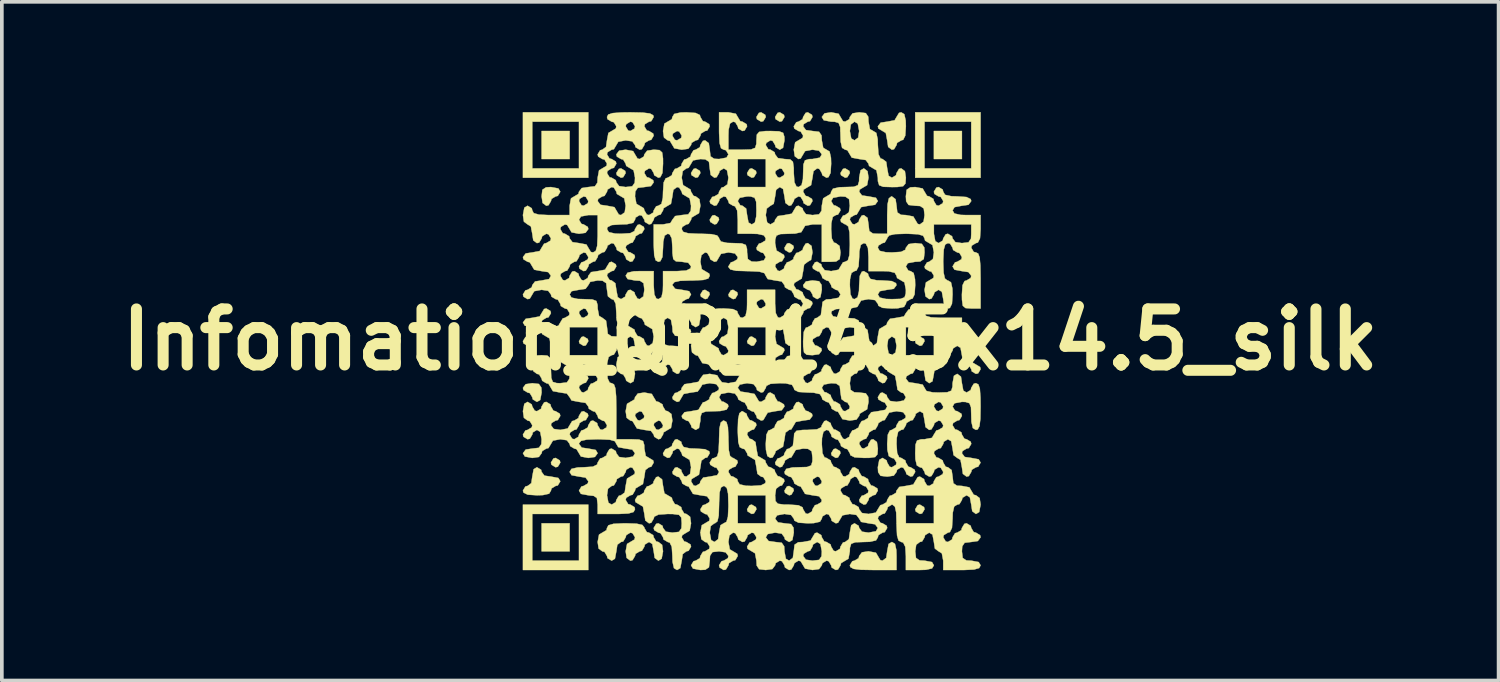
<source format=kicad_pcb>
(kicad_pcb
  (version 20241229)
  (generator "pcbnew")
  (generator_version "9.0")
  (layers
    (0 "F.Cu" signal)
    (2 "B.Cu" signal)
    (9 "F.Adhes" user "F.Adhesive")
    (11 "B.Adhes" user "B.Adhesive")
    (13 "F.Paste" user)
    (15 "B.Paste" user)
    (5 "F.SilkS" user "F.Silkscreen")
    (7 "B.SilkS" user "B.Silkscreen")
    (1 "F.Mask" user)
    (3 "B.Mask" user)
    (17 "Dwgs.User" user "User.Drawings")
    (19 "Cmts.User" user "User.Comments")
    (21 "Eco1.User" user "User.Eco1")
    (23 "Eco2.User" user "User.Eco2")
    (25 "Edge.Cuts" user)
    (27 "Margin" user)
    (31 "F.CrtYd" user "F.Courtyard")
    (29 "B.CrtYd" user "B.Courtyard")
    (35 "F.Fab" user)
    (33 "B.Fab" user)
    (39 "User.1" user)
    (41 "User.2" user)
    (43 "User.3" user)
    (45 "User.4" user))
  (footprint "Infomation_QR_14.5x14.5_silk"
    (layer "F.Cu")
    (at 17.352 6.186)
    (property "Reference" "Infomation_QR_14.5x14.5_silk" (at 0 0 0) (layer "F.SilkS") (effects (font (size 1.524 1.524) (thickness 0.3))))
    (attr through_hole)
    (fp_poly (pts (xy -4.911 -4.911) (xy -5.673 -4.911) (xy -5.673 -5.673) (xy -4.911 -5.673) (xy -4.911 -4.911)) (stroke (width 0.01) (type solid)) (fill yes) (layer "F.SilkS"))
    (fp_poly (pts (xy -4.911 5.757) (xy -5.673 5.757) (xy -5.673 4.995) (xy -4.911 4.995) (xy -4.911 5.757)) (stroke (width 0.01) (type solid)) (fill yes) (layer "F.SilkS"))
    (fp_poly (pts (xy 5.757 -4.911) (xy 4.995 -4.911) (xy 4.995 -5.673) (xy 5.757 -5.673) (xy 5.757 -4.911)) (stroke (width 0.01) (type solid)) (fill yes) (layer "F.SilkS"))
    (fp_poly (pts (xy -5.941 -0.017) (xy -5.927 0.042) (xy -5.994 0.155) (xy -6.054 0.169) (xy -6.166 0.102) (xy -6.181 0.042) (xy -6.113 -0.07) (xy -6.054 -0.085) (xy -5.941 -0.017)) (stroke (width 0.01) (type solid)) (fill yes) (layer "F.SilkS"))
    (fp_poly (pts (xy -5.179 3.285) (xy -5.165 3.344) (xy -5.232 3.457) (xy -5.292 3.471) (xy -5.404 3.404) (xy -5.419 3.344) (xy -5.351 3.232) (xy -5.292 3.217) (xy -5.179 3.285)) (stroke (width 0.01) (type solid)) (fill yes) (layer "F.SilkS"))
    (fp_poly (pts (xy -4.417 -0.017) (xy -4.403 0.042) (xy -4.47 0.155) (xy -4.53 0.169) (xy -4.642 0.102) (xy -4.657 0.042) (xy -4.589 -0.07) (xy -4.53 -0.085) (xy -4.417 -0.017)) (stroke (width 0.01) (type solid)) (fill yes) (layer "F.SilkS"))
    (fp_poly (pts (xy -3.401 -4.589) (xy -3.387 -4.53) (xy -3.454 -4.417) (xy -3.514 -4.403) (xy -3.626 -4.47) (xy -3.641 -4.53) (xy -3.573 -4.642) (xy -3.514 -4.657) (xy -3.401 -4.589)) (stroke (width 0.01) (type solid)) (fill yes) (layer "F.SilkS"))
    (fp_poly (pts (xy -1.369 -4.589) (xy -1.355 -4.53) (xy -1.422 -4.417) (xy -1.482 -4.403) (xy -1.594 -4.47) (xy -1.609 -4.53) (xy -1.541 -4.642) (xy -1.482 -4.657) (xy -1.369 -4.589)) (stroke (width 0.01) (type solid)) (fill yes) (layer "F.SilkS"))
    (fp_poly (pts (xy -1.115 -1.287) (xy -1.101 -1.228) (xy -1.168 -1.115) (xy -1.228 -1.101) (xy -1.34 -1.168) (xy -1.355 -1.228) (xy -1.287 -1.34) (xy -1.228 -1.355) (xy -1.115 -1.287)) (stroke (width 0.01) (type solid)) (fill yes) (layer "F.SilkS"))
    (fp_poly (pts (xy -0.861 -3.319) (xy -0.847 -3.26) (xy -0.914 -3.147) (xy -0.974 -3.133) (xy -1.086 -3.2) (xy -1.101 -3.26) (xy -1.033 -3.372) (xy -0.974 -3.387) (xy -0.861 -3.319)) (stroke (width 0.01) (type solid)) (fill yes) (layer "F.SilkS"))
    (fp_poly (pts (xy -0.353 -1.287) (xy -0.339 -1.228) (xy -0.406 -1.115) (xy -0.466 -1.101) (xy -0.578 -1.168) (xy -0.593 -1.228) (xy -0.525 -1.34) (xy -0.466 -1.355) (xy -0.353 -1.287)) (stroke (width 0.01) (type solid)) (fill yes) (layer "F.SilkS"))
    (fp_poly (pts (xy 0.155 -4.589) (xy 0.169 -4.53) (xy 0.102 -4.417) (xy 0.042 -4.403) (xy -0.07 -4.47) (xy -0.085 -4.53) (xy -0.017 -4.642) (xy 0.042 -4.657) (xy 0.155 -4.589)) (stroke (width 0.01) (type solid)) (fill yes) (layer "F.SilkS"))
    (fp_poly (pts (xy 0.155 -0.017) (xy 0.169 0.042) (xy 0.102 0.155) (xy 0.042 0.169) (xy -0.07 0.102) (xy -0.085 0.042) (xy -0.017 -0.07) (xy 0.042 -0.085) (xy 0.155 -0.017)) (stroke (width 0.01) (type solid)) (fill yes) (layer "F.SilkS"))
    (fp_poly (pts (xy 0.155 4.555) (xy 0.169 4.614) (xy 0.102 4.727) (xy 0.042 4.741) (xy -0.07 4.674) (xy -0.085 4.614) (xy -0.017 4.502) (xy 0.042 4.487) (xy 0.155 4.555)) (stroke (width 0.01) (type solid)) (fill yes) (layer "F.SilkS"))
    (fp_poly (pts (xy 0.409 -6.113) (xy 0.423 -6.054) (xy 0.356 -5.941) (xy 0.296 -5.927) (xy 0.184 -5.994) (xy 0.169 -6.054) (xy 0.237 -6.166) (xy 0.296 -6.181) (xy 0.409 -6.113)) (stroke (width 0.01) (type solid)) (fill yes) (layer "F.SilkS"))
    (fp_poly (pts (xy 0.917 -6.113) (xy 0.931 -6.054) (xy 0.864 -5.941) (xy 0.804 -5.927) (xy 0.692 -5.994) (xy 0.677 -6.054) (xy 0.745 -6.166) (xy 0.804 -6.181) (xy 0.917 -6.113)) (stroke (width 0.01) (type solid)) (fill yes) (layer "F.SilkS"))
    (fp_poly (pts (xy 1.171 -2.557) (xy 1.185 -2.498) (xy 1.118 -2.385) (xy 1.058 -2.371) (xy 0.946 -2.438) (xy 0.931 -2.498) (xy 0.999 -2.61) (xy 1.058 -2.625) (xy 1.171 -2.557)) (stroke (width 0.01) (type solid)) (fill yes) (layer "F.SilkS"))
    (fp_poly (pts (xy 1.171 4.047) (xy 1.185 4.106) (xy 1.118 4.219) (xy 1.058 4.233) (xy 0.946 4.166) (xy 0.931 4.106) (xy 0.999 3.994) (xy 1.058 3.979) (xy 1.171 4.047)) (stroke (width 0.01) (type solid)) (fill yes) (layer "F.SilkS"))
    (fp_poly (pts (xy 2.441 3.031) (xy 2.455 3.09) (xy 2.388 3.203) (xy 2.328 3.217) (xy 2.216 3.15) (xy 2.201 3.09) (xy 2.269 2.978) (xy 2.328 2.963) (xy 2.441 3.031)) (stroke (width 0.01) (type solid)) (fill yes) (layer "F.SilkS"))
    (fp_poly (pts (xy 2.695 -4.589) (xy 2.709 -4.53) (xy 2.642 -4.417) (xy 2.582 -4.403) (xy 2.47 -4.47) (xy 2.455 -4.53) (xy 2.523 -4.642) (xy 2.582 -4.657) (xy 2.695 -4.589)) (stroke (width 0.01) (type solid)) (fill yes) (layer "F.SilkS"))
    (fp_poly (pts (xy 4.727 -0.017) (xy 4.741 0.042) (xy 4.674 0.155) (xy 4.614 0.169) (xy 4.502 0.102) (xy 4.487 0.042) (xy 4.555 -0.07) (xy 4.614 -0.085) (xy 4.727 -0.017)) (stroke (width 0.01) (type solid)) (fill yes) (layer "F.SilkS"))
    (fp_poly (pts (xy 4.727 4.555) (xy 4.741 4.614) (xy 4.674 4.727) (xy 4.614 4.741) (xy 4.502 4.674) (xy 4.487 4.614) (xy 4.555 4.502) (xy 4.614 4.487) (xy 4.727 4.555)) (stroke (width 0.01) (type solid)) (fill yes) (layer "F.SilkS"))
    (fp_poly (pts (xy -4.403 -4.403) (xy -6.181 -4.403) (xy -6.181 -5.927) (xy -5.927 -5.927) (xy -5.927 -4.657) (xy -4.657 -4.657) (xy -4.657 -5.927) (xy -5.927 -5.927) (xy -6.181 -5.927) (xy -6.181 -6.181) (xy -4.403 -6.181) (xy -4.403 -4.403)) (stroke (width 0.01) (type solid)) (fill yes) (layer "F.SilkS"))
    (fp_poly (pts (xy -4.403 6.265) (xy -6.181 6.265) (xy -6.181 4.741) (xy -5.927 4.741) (xy -5.927 6.011) (xy -4.657 6.011) (xy -4.657 4.741) (xy -5.927 4.741) (xy -6.181 4.741) (xy -6.181 4.487) (xy -4.403 4.487) (xy -4.403 6.265)) (stroke (width 0.01) (type solid)) (fill yes) (layer "F.SilkS"))
    (fp_poly (pts (xy 6.265 -4.403) (xy 4.487 -4.403) (xy 4.487 -5.927) (xy 4.741 -5.927) (xy 4.741 -4.657) (xy 6.011 -4.657) (xy 6.011 -5.927) (xy 4.741 -5.927) (xy 4.487 -5.927) (xy 4.487 -6.181) (xy 6.265 -6.181) (xy 6.265 -4.403)) (stroke (width 0.01) (type solid)) (fill yes) (layer "F.SilkS"))
    (fp_poly (pts (xy -5.747 1.206) (xy -5.68 1.305) (xy -5.673 1.439) (xy -5.711 1.641) (xy -5.8 1.693) (xy -5.912 1.626) (xy -5.927 1.566) (xy -5.994 1.454) (xy -6.054 1.439) (xy -6.166 1.372) (xy -6.181 1.312) (xy -6.105 1.212) (xy -5.927 1.185) (xy -5.747 1.206)) (stroke (width 0.01) (type solid)) (fill yes) (layer "F.SilkS"))
    (fp_poly (pts (xy -5.217 -4.111) (xy -5.165 -4.022) (xy -5.232 -3.909) (xy -5.292 -3.895) (xy -5.404 -3.827) (xy -5.419 -3.768) (xy -5.486 -3.655) (xy -5.546 -3.641) (xy -5.646 -3.716) (xy -5.673 -3.895) (xy -5.652 -4.075) (xy -5.553 -4.141) (xy -5.419 -4.149) (xy -5.217 -4.111)) (stroke (width 0.01) (type solid)) (fill yes) (layer "F.SilkS"))
    (fp_poly (pts (xy 1.873 -1.588) (xy 1.94 -1.489) (xy 1.947 -1.355) (xy 1.909 -1.153) (xy 1.82 -1.101) (xy 1.708 -1.168) (xy 1.693 -1.228) (xy 1.626 -1.34) (xy 1.566 -1.355) (xy 1.454 -1.422) (xy 1.439 -1.482) (xy 1.515 -1.582) (xy 1.693 -1.609) (xy 1.873 -1.588)) (stroke (width 0.01) (type solid)) (fill yes) (layer "F.SilkS"))
    (fp_poly (pts (xy -3.401 0.491) (xy -3.387 0.55) (xy -3.319 0.663) (xy -3.26 0.677) (xy -3.159 0.753) (xy -3.133 0.931) (xy -3.171 1.133) (xy -3.26 1.185) (xy -3.372 1.118) (xy -3.387 1.058) (xy -3.454 0.946) (xy -3.514 0.931) (xy -3.614 0.856) (xy -3.641 0.677) (xy -3.603 0.476) (xy -3.514 0.423) (xy -3.401 0.491)) (stroke (width 0.01) (type solid)) (fill yes) (layer "F.SilkS"))
    (fp_poly (pts (xy -5.687 3.539) (xy -5.673 3.598) (xy -5.597 3.699) (xy -5.419 3.725) (xy -5.217 3.763) (xy -5.165 3.852) (xy -5.232 3.965) (xy -5.292 3.979) (xy -5.404 4.047) (xy -5.419 4.106) (xy -5.469 4.19) (xy -5.638 4.228) (xy -5.8 4.233) (xy -6.051 4.217) (xy -6.165 4.16) (xy -6.181 4.106) (xy -6.113 3.994) (xy -6.054 3.979) (xy -5.953 3.904) (xy -5.927 3.725) (xy -5.889 3.524) (xy -5.8 3.471) (xy -5.687 3.539)) (stroke (width 0.01) (type solid)) (fill yes) (layer "F.SilkS"))
    (fp_poly (pts (xy 4.19 -6.131) (xy 4.228 -5.961) (xy 4.233 -5.8) (xy 4.217 -5.549) (xy 4.16 -5.434) (xy 4.106 -5.419) (xy 3.994 -5.351) (xy 3.979 -5.292) (xy 3.912 -5.179) (xy 3.852 -5.165) (xy 3.752 -5.24) (xy 3.725 -5.419) (xy 3.687 -5.62) (xy 3.598 -5.673) (xy 3.486 -5.74) (xy 3.471 -5.8) (xy 3.547 -5.9) (xy 3.725 -5.927) (xy 3.927 -5.965) (xy 3.979 -6.054) (xy 4.047 -6.166) (xy 4.106 -6.181) (xy 4.19 -6.131)) (stroke (width 0.01) (type solid)) (fill yes) (layer "F.SilkS"))
    (fp_poly (pts (xy 3.936 5.553) (xy 3.974 5.723) (xy 3.979 5.884) (xy 3.979 6.265) (xy 3.344 6.265) (xy 3.009 6.259) (xy 2.813 6.235) (xy 2.724 6.187) (xy 2.709 6.138) (xy 2.777 6.026) (xy 2.836 6.011) (xy 2.949 5.944) (xy 2.963 5.884) (xy 3.039 5.784) (xy 3.217 5.757) (xy 3.419 5.795) (xy 3.471 5.884) (xy 3.539 5.997) (xy 3.598 6.011) (xy 3.699 5.936) (xy 3.725 5.757) (xy 3.763 5.556) (xy 3.852 5.503) (xy 3.936 5.553)) (stroke (width 0.01) (type solid)) (fill yes) (layer "F.SilkS"))
    (fp_poly (pts (xy 1.425 1.761) (xy 1.439 1.82) (xy 1.507 1.933) (xy 1.566 1.947) (xy 1.679 2.015) (xy 1.693 2.074) (xy 1.618 2.175) (xy 1.439 2.201) (xy 1.238 2.239) (xy 1.185 2.328) (xy 1.118 2.441) (xy 1.058 2.455) (xy 0.958 2.531) (xy 0.931 2.709) (xy 0.893 2.911) (xy 0.804 2.963) (xy 0.692 3.031) (xy 0.677 3.09) (xy 0.61 3.203) (xy 0.55 3.217) (xy 0.467 3.167) (xy 0.428 2.998) (xy 0.423 2.836) (xy 0.44 2.585) (xy 0.496 2.471) (xy 0.55 2.455) (xy 0.663 2.388) (xy 0.677 2.328) (xy 0.745 2.216) (xy 0.804 2.201) (xy 0.917 2.134) (xy 0.931 2.074) (xy 0.999 1.962) (xy 1.058 1.947) (xy 1.171 1.88) (xy 1.185 1.82) (xy 1.253 1.708) (xy 1.312 1.693) (xy 1.425 1.761)) (stroke (width 0.01) (type solid)) (fill yes) (layer "F.SilkS"))
    (fp_poly (pts (xy -1.485 -6.164) (xy -1.37 -6.108) (xy -1.355 -6.054) (xy -1.287 -5.941) (xy -1.228 -5.927) (xy -1.115 -5.859) (xy -1.101 -5.8) (xy -1.168 -5.687) (xy -1.228 -5.673) (xy -1.34 -5.605) (xy -1.355 -5.546) (xy -1.422 -5.433) (xy -1.482 -5.419) (xy -1.594 -5.351) (xy -1.609 -5.292) (xy -1.684 -5.191) (xy -1.863 -5.165) (xy -2.064 -5.203) (xy -2.117 -5.292) (xy -2.184 -5.404) (xy -2.244 -5.419) (xy -2.344 -5.494) (xy -2.352 -5.546) (xy -2.117 -5.546) (xy -2.049 -5.433) (xy -1.99 -5.419) (xy -1.877 -5.486) (xy -1.863 -5.546) (xy -1.93 -5.658) (xy -1.99 -5.673) (xy -2.102 -5.605) (xy -2.117 -5.546) (xy -2.352 -5.546) (xy -2.371 -5.673) (xy -2.333 -5.874) (xy -2.244 -5.927) (xy -2.131 -5.994) (xy -2.117 -6.054) (xy -2.067 -6.137) (xy -1.897 -6.176) (xy -1.736 -6.181) (xy -1.485 -6.164)) (stroke (width 0.01) (type solid)) (fill yes) (layer "F.SilkS"))
    (fp_poly (pts (xy -2.677 1.477) (xy -2.625 1.566) (xy -2.557 1.679) (xy -2.498 1.693) (xy -2.385 1.761) (xy -2.371 1.82) (xy -2.303 1.933) (xy -2.244 1.947) (xy -2.143 2.023) (xy -2.117 2.201) (xy -2.155 2.403) (xy -2.244 2.455) (xy -2.356 2.523) (xy -2.371 2.582) (xy -2.438 2.695) (xy -2.498 2.709) (xy -2.61 2.642) (xy -2.625 2.582) (xy -2.7 2.482) (xy -2.879 2.455) (xy -3.08 2.417) (xy -3.133 2.328) (xy -2.625 2.328) (xy -2.557 2.441) (xy -2.498 2.455) (xy -2.385 2.388) (xy -2.371 2.328) (xy -2.438 2.216) (xy -2.498 2.201) (xy -2.61 2.269) (xy -2.625 2.328) (xy -3.133 2.328) (xy -3.2 2.216) (xy -3.26 2.201) (xy -3.36 2.126) (xy -3.368 2.074) (xy -3.133 2.074) (xy -3.065 2.187) (xy -3.006 2.201) (xy -2.893 2.134) (xy -2.879 2.074) (xy -2.946 1.962) (xy -3.006 1.947) (xy -3.118 2.015) (xy -3.133 2.074) (xy -3.368 2.074) (xy -3.387 1.947) (xy -3.349 1.746) (xy -3.26 1.693) (xy -3.147 1.626) (xy -3.133 1.566) (xy -3.057 1.466) (xy -2.879 1.439) (xy -2.677 1.477)) (stroke (width 0.01) (type solid)) (fill yes) (layer "F.SilkS"))
    (fp_poly (pts (xy -3.092 5.005) (xy -2.933 5.04) (xy -2.88 5.107) (xy -2.879 5.122) (xy -2.811 5.235) (xy -2.752 5.249) (xy -2.639 5.317) (xy -2.625 5.376) (xy -2.557 5.489) (xy -2.498 5.503) (xy -2.397 5.579) (xy -2.371 5.757) (xy -2.409 5.959) (xy -2.498 6.011) (xy -2.598 5.936) (xy -2.625 5.757) (xy -2.663 5.556) (xy -2.752 5.503) (xy -2.864 5.571) (xy -2.879 5.63) (xy -2.946 5.743) (xy -3.006 5.757) (xy -3.118 5.825) (xy -3.133 5.884) (xy -3.2 5.997) (xy -3.26 6.011) (xy -3.36 5.936) (xy -3.387 5.757) (xy -3.349 5.556) (xy -3.26 5.503) (xy -3.147 5.436) (xy -3.133 5.376) (xy -3.2 5.264) (xy -3.26 5.249) (xy -3.372 5.317) (xy -3.387 5.376) (xy -3.454 5.489) (xy -3.514 5.503) (xy -3.614 5.579) (xy -3.641 5.757) (xy -3.679 5.959) (xy -3.768 6.011) (xy -3.88 5.944) (xy -3.895 5.884) (xy -3.962 5.772) (xy -4.022 5.757) (xy -4.122 5.682) (xy -4.149 5.503) (xy -4.111 5.302) (xy -4.022 5.249) (xy -3.909 5.182) (xy -3.895 5.122) (xy -3.856 5.049) (xy -3.717 5.009) (xy -3.448 4.996) (xy -3.387 4.995) (xy -3.092 5.005)) (stroke (width 0.01) (type solid)) (fill yes) (layer "F.SilkS"))
    (fp_poly (pts (xy 3.143 -6.16) (xy 3.21 -6.061) (xy 3.217 -5.927) (xy 3.255 -5.725) (xy 3.344 -5.673) (xy 3.428 -5.623) (xy 3.466 -5.453) (xy 3.471 -5.292) (xy 3.488 -5.041) (xy 3.544 -4.926) (xy 3.598 -4.911) (xy 3.699 -4.835) (xy 3.725 -4.657) (xy 3.763 -4.455) (xy 3.852 -4.403) (xy 3.965 -4.47) (xy 3.979 -4.53) (xy 4.047 -4.642) (xy 4.106 -4.657) (xy 4.207 -4.581) (xy 4.233 -4.403) (xy 4.222 -4.246) (xy 4.159 -4.173) (xy 3.996 -4.15) (xy 3.852 -4.149) (xy 3.618 -4.156) (xy 3.507 -4.199) (xy 3.473 -4.307) (xy 3.471 -4.403) (xy 3.433 -4.604) (xy 3.344 -4.657) (xy 3.232 -4.724) (xy 3.217 -4.784) (xy 3.142 -4.884) (xy 2.963 -4.911) (xy 2.762 -4.949) (xy 2.709 -5.038) (xy 2.642 -5.15) (xy 2.582 -5.165) (xy 2.499 -5.215) (xy 2.46 -5.384) (xy 2.455 -5.546) (xy 2.451 -5.673) (xy 2.709 -5.673) (xy 2.747 -5.471) (xy 2.836 -5.419) (xy 2.937 -5.494) (xy 2.963 -5.673) (xy 2.925 -5.874) (xy 2.836 -5.927) (xy 2.736 -5.851) (xy 2.709 -5.673) (xy 2.451 -5.673) (xy 2.448 -5.78) (xy 2.405 -5.891) (xy 2.297 -5.925) (xy 2.201 -5.927) (xy 2 -5.965) (xy 1.947 -6.054) (xy 2.023 -6.154) (xy 2.201 -6.181) (xy 2.403 -6.143) (xy 2.455 -6.054) (xy 2.523 -5.941) (xy 2.582 -5.927) (xy 2.695 -5.994) (xy 2.709 -6.054) (xy 2.785 -6.154) (xy 2.963 -6.181) (xy 3.143 -6.16)) (stroke (width 0.01) (type solid)) (fill yes) (layer "F.SilkS"))
    (fp_poly (pts (xy -2.397 3.801) (xy -2.371 3.979) (xy -2.333 4.181) (xy -2.244 4.233) (xy -2.131 4.301) (xy -2.117 4.36) (xy -2.049 4.473) (xy -1.99 4.487) (xy -1.877 4.555) (xy -1.863 4.614) (xy -1.795 4.727) (xy -1.736 4.741) (xy -1.635 4.817) (xy -1.609 4.995) (xy -1.647 5.197) (xy -1.736 5.249) (xy -1.848 5.317) (xy -1.863 5.376) (xy -1.795 5.489) (xy -1.736 5.503) (xy -1.623 5.571) (xy -1.609 5.63) (xy -1.676 5.743) (xy -1.736 5.757) (xy -1.836 5.833) (xy -1.863 6.011) (xy -1.901 6.213) (xy -1.99 6.265) (xy -2.073 6.215) (xy -2.112 6.046) (xy -2.117 5.884) (xy -2.133 5.633) (xy -2.19 5.519) (xy -2.244 5.503) (xy -2.356 5.436) (xy -2.371 5.376) (xy -2.438 5.264) (xy -2.498 5.249) (xy -2.61 5.182) (xy -2.625 5.122) (xy -2.557 5.01) (xy -2.498 4.995) (xy -2.385 5.063) (xy -2.371 5.122) (xy -2.295 5.223) (xy -2.117 5.249) (xy -1.937 5.228) (xy -1.87 5.129) (xy -1.863 4.995) (xy -1.874 4.839) (xy -1.937 4.765) (xy -2.1 4.743) (xy -2.244 4.741) (xy -2.495 4.758) (xy -2.609 4.814) (xy -2.625 4.868) (xy -2.692 4.981) (xy -2.752 4.995) (xy -2.852 4.92) (xy -2.879 4.741) (xy -2.917 4.54) (xy -3.006 4.487) (xy -3.118 4.42) (xy -3.133 4.36) (xy -3.065 4.248) (xy -3.006 4.233) (xy -2.893 4.166) (xy -2.879 4.106) (xy -2.811 3.994) (xy -2.752 3.979) (xy -2.639 3.912) (xy -2.625 3.852) (xy -2.557 3.74) (xy -2.498 3.725) (xy -2.397 3.801)) (stroke (width 0.01) (type solid)) (fill yes) (layer "F.SilkS"))
    (fp_poly (pts (xy -0.391 -6.143) (xy -0.339 -6.054) (xy -0.271 -5.941) (xy -0.212 -5.927) (xy -0.099 -5.859) (xy -0.085 -5.8) (xy -0.152 -5.687) (xy -0.212 -5.673) (xy -0.324 -5.74) (xy -0.339 -5.8) (xy -0.406 -5.912) (xy -0.466 -5.927) (xy -0.549 -5.877) (xy -0.588 -5.707) (xy -0.593 -5.546) (xy -0.593 -5.165) (xy -0.212 -5.165) (xy 0.023 -5.172) (xy 0.134 -5.215) (xy 0.167 -5.323) (xy 0.169 -5.419) (xy 0.18 -5.575) (xy 0.244 -5.649) (xy 0.407 -5.671) (xy 0.55 -5.673) (xy 0.785 -5.665) (xy 0.896 -5.623) (xy 0.929 -5.514) (xy 0.931 -5.419) (xy 0.893 -5.217) (xy 0.804 -5.165) (xy 0.692 -5.232) (xy 0.677 -5.292) (xy 0.61 -5.404) (xy 0.55 -5.419) (xy 0.438 -5.351) (xy 0.423 -5.292) (xy 0.491 -5.179) (xy 0.55 -5.165) (xy 0.663 -5.097) (xy 0.677 -5.038) (xy 0.753 -4.937) (xy 0.931 -4.911) (xy 1.088 -4.9) (xy 1.161 -4.836) (xy 1.184 -4.673) (xy 1.185 -4.53) (xy 1.202 -4.279) (xy 1.258 -4.164) (xy 1.312 -4.149) (xy 1.396 -4.199) (xy 1.434 -4.368) (xy 1.439 -4.53) (xy 1.447 -4.764) (xy 1.489 -4.875) (xy 1.598 -4.909) (xy 1.693 -4.911) (xy 1.895 -4.949) (xy 1.947 -5.038) (xy 1.872 -5.138) (xy 1.693 -5.165) (xy 1.492 -5.127) (xy 1.439 -5.038) (xy 1.372 -4.925) (xy 1.312 -4.911) (xy 1.212 -4.986) (xy 1.185 -5.165) (xy 1.223 -5.366) (xy 1.312 -5.419) (xy 1.425 -5.486) (xy 1.439 -5.546) (xy 1.372 -5.658) (xy 1.312 -5.673) (xy 1.2 -5.74) (xy 1.185 -5.8) (xy 1.253 -5.912) (xy 1.312 -5.927) (xy 1.425 -5.994) (xy 1.439 -6.054) (xy 1.507 -6.166) (xy 1.566 -6.181) (xy 1.679 -6.113) (xy 1.693 -6.054) (xy 1.626 -5.941) (xy 1.566 -5.927) (xy 1.454 -5.859) (xy 1.439 -5.8) (xy 1.515 -5.699) (xy 1.693 -5.673) (xy 1.873 -5.652) (xy 1.94 -5.553) (xy 1.947 -5.419) (xy 1.985 -5.217) (xy 2.074 -5.165) (xy 2.158 -5.115) (xy 2.196 -4.945) (xy 2.201 -4.784) (xy 2.185 -4.533) (xy 2.128 -4.418) (xy 2.074 -4.403) (xy 1.962 -4.47) (xy 1.947 -4.53) (xy 1.88 -4.642) (xy 1.82 -4.657) (xy 1.72 -4.581) (xy 1.693 -4.403) (xy 1.655 -4.201) (xy 1.566 -4.149) (xy 1.454 -4.081) (xy 1.439 -4.022) (xy 1.507 -3.909) (xy 1.566 -3.895) (xy 1.679 -3.827) (xy 1.693 -3.768) (xy 1.626 -3.655) (xy 1.566 -3.641) (xy 1.454 -3.708) (xy 1.439 -3.768) (xy 1.372 -3.88) (xy 1.312 -3.895) (xy 1.2 -3.827) (xy 1.185 -3.768) (xy 1.118 -3.655) (xy 1.058 -3.641) (xy 0.958 -3.716) (xy 0.931 -3.895) (xy 0.893 -4.096) (xy 0.804 -4.149) (xy 0.704 -4.073) (xy 0.677 -3.895) (xy 0.639 -3.693) (xy 0.55 -3.641) (xy 0.45 -3.565) (xy 0.423 -3.387) (xy 0.461 -3.185) (xy 0.55 -3.133) (xy 0.663 -3.2) (xy 0.677 -3.26) (xy 0.753 -3.36) (xy 0.931 -3.387) (xy 1.133 -3.425) (xy 1.185 -3.514) (xy 1.253 -3.626) (xy 1.312 -3.641) (xy 1.425 -3.573) (xy 1.439 -3.514) (xy 1.515 -3.413) (xy 1.693 -3.387) (xy 1.873 -3.408) (xy 1.94 -3.507) (xy 1.947 -3.641) (xy 1.985 -3.842) (xy 2.074 -3.895) (xy 2.187 -3.962) (xy 2.201 -4.022) (xy 2.251 -4.105) (xy 2.421 -4.144) (xy 2.582 -4.149) (xy 2.817 -4.156) (xy 2.928 -4.199) (xy 2.961 -4.307) (xy 2.963 -4.403) (xy 3.001 -4.604) (xy 3.09 -4.657) (xy 3.191 -4.581) (xy 3.217 -4.403) (xy 3.179 -4.201) (xy 3.09 -4.149) (xy 2.978 -4.081) (xy 2.963 -4.022) (xy 3.039 -3.921) (xy 3.217 -3.895) (xy 3.419 -3.857) (xy 3.471 -3.768) (xy 3.396 -3.667) (xy 3.217 -3.641) (xy 3.016 -3.603) (xy 2.963 -3.514) (xy 2.896 -3.401) (xy 2.836 -3.387) (xy 2.724 -3.319) (xy 2.709 -3.26) (xy 2.777 -3.147) (xy 2.836 -3.133) (xy 2.949 -3.2) (xy 2.963 -3.26) (xy 3.031 -3.372) (xy 3.09 -3.387) (xy 3.191 -3.311) (xy 3.217 -3.133) (xy 3.238 -2.953) (xy 3.337 -2.886) (xy 3.471 -2.879) (xy 3.725 -2.879) (xy 3.725 -3.387) (xy 3.735 -3.682) (xy 3.77 -3.84) (xy 3.837 -3.894) (xy 3.852 -3.895) (xy 3.953 -3.819) (xy 3.979 -3.641) (xy 4 -3.461) (xy 4.099 -3.394) (xy 4.233 -3.387) (xy 4.435 -3.349) (xy 4.487 -3.26) (xy 4.555 -3.147) (xy 4.614 -3.133) (xy 4.995 -3.133) (xy 4.995 -2.879) (xy 5.033 -2.677) (xy 5.122 -2.625) (xy 5.235 -2.692) (xy 5.249 -2.752) (xy 5.317 -2.864) (xy 5.376 -2.879) (xy 5.489 -2.811) (xy 5.503 -2.752) (xy 5.579 -2.651) (xy 5.757 -2.625) (xy 5.937 -2.646) (xy 6.004 -2.745) (xy 6.011 -2.879) (xy 6.011 -3.133) (xy 4.995 -3.133) (xy 4.614 -3.133) (xy 4.715 -3.208) (xy 4.741 -3.387) (xy 4.72 -3.567) (xy 4.621 -3.633) (xy 4.487 -3.641) (xy 4.307 -3.662) (xy 4.241 -3.761) (xy 4.233 -3.895) (xy 4.254 -4.075) (xy 4.353 -4.141) (xy 4.487 -4.149) (xy 4.689 -4.111) (xy 4.741 -4.022) (xy 4.809 -3.909) (xy 4.868 -3.895) (xy 4.981 -3.827) (xy 4.995 -3.768) (xy 5.063 -3.655) (xy 5.122 -3.641) (xy 5.235 -3.708) (xy 5.249 -3.768) (xy 5.182 -3.88) (xy 5.122 -3.895) (xy 5.01 -3.962) (xy 4.995 -4.022) (xy 5.063 -4.134) (xy 5.122 -4.149) (xy 5.235 -4.081) (xy 5.249 -4.022) (xy 5.299 -3.938) (xy 5.469 -3.9) (xy 5.63 -3.895) (xy 5.881 -3.878) (xy 5.996 -3.822) (xy 6.011 -3.768) (xy 5.936 -3.667) (xy 5.757 -3.641) (xy 5.556 -3.603) (xy 5.503 -3.514) (xy 5.553 -3.43) (xy 5.723 -3.392) (xy 5.884 -3.387) (xy 6.265 -3.387) (xy 6.265 -3.006) (xy 6.249 -2.755) (xy 6.192 -2.64) (xy 6.138 -2.625) (xy 6.026 -2.557) (xy 6.011 -2.498) (xy 6.079 -2.385) (xy 6.138 -2.371) (xy 6.2 -2.341) (xy 6.239 -2.233) (xy 6.259 -2.017) (xy 6.265 -1.664) (xy 6.265 -1.609) (xy 6.265 -0.847) (xy 6.011 -0.847) (xy 5.855 -0.858) (xy 5.781 -0.921) (xy 5.759 -1.084) (xy 5.757 -1.228) (xy 5.774 -1.479) (xy 5.83 -1.593) (xy 5.884 -1.609) (xy 5.997 -1.676) (xy 6.011 -1.736) (xy 5.936 -1.836) (xy 5.757 -1.863) (xy 5.556 -1.901) (xy 5.503 -1.99) (xy 5.571 -2.102) (xy 5.63 -2.117) (xy 5.743 -2.184) (xy 5.757 -2.244) (xy 5.69 -2.356) (xy 5.63 -2.371) (xy 5.518 -2.438) (xy 5.503 -2.498) (xy 5.436 -2.61) (xy 5.376 -2.625) (xy 5.303 -2.586) (xy 5.263 -2.447) (xy 5.25 -2.178) (xy 5.249 -2.117) (xy 5.259 -1.822) (xy 5.294 -1.663) (xy 5.361 -1.61) (xy 5.376 -1.609) (xy 5.46 -1.559) (xy 5.498 -1.389) (xy 5.503 -1.228) (xy 5.487 -0.977) (xy 5.43 -0.862) (xy 5.376 -0.847) (xy 5.276 -0.922) (xy 5.249 -1.101) (xy 5.211 -1.302) (xy 5.122 -1.355) (xy 5.01 -1.287) (xy 4.995 -1.228) (xy 4.928 -1.115) (xy 4.868 -1.101) (xy 4.768 -1.176) (xy 4.741 -1.355) (xy 4.779 -1.556) (xy 4.868 -1.609) (xy 4.981 -1.676) (xy 4.995 -1.736) (xy 4.928 -1.848) (xy 4.868 -1.863) (xy 4.756 -1.93) (xy 4.741 -1.99) (xy 4.809 -2.102) (xy 4.868 -2.117) (xy 4.969 -2.192) (xy 4.995 -2.371) (xy 4.957 -2.572) (xy 4.868 -2.625) (xy 4.756 -2.692) (xy 4.741 -2.752) (xy 4.702 -2.825) (xy 4.564 -2.865) (xy 4.295 -2.878) (xy 4.233 -2.879) (xy 3.938 -2.869) (xy 3.78 -2.834) (xy 3.726 -2.767) (xy 3.725 -2.752) (xy 3.658 -2.639) (xy 3.598 -2.625) (xy 3.486 -2.557) (xy 3.471 -2.498) (xy 3.521 -2.414) (xy 3.691 -2.376) (xy 3.852 -2.371) (xy 4.103 -2.387) (xy 4.218 -2.444) (xy 4.233 -2.498) (xy 4.309 -2.598) (xy 4.487 -2.625) (xy 4.667 -2.604) (xy 4.734 -2.505) (xy 4.741 -2.371) (xy 4.72 -2.191) (xy 4.621 -2.124) (xy 4.487 -2.117) (xy 4.286 -2.079) (xy 4.233 -1.99) (xy 4.301 -1.877) (xy 4.36 -1.863) (xy 4.444 -1.813) (xy 4.482 -1.643) (xy 4.487 -1.482) (xy 4.471 -1.231) (xy 4.414 -1.116) (xy 4.36 -1.101) (xy 4.248 -1.033) (xy 4.233 -0.974) (xy 4.183 -0.89) (xy 4.014 -0.852) (xy 3.852 -0.847) (xy 3.601 -0.863) (xy 3.487 -0.92) (xy 3.471 -0.974) (xy 3.396 -1.074) (xy 3.217 -1.101) (xy 3.016 -1.063) (xy 2.963 -0.974) (xy 2.913 -0.89) (xy 2.744 -0.852) (xy 2.582 -0.847) (xy 2.331 -0.83) (xy 2.217 -0.774) (xy 2.201 -0.72) (xy 2.251 -0.636) (xy 2.421 -0.598) (xy 2.582 -0.593) (xy 2.833 -0.576) (xy 2.948 -0.52) (xy 2.963 -0.466) (xy 3.031 -0.353) (xy 3.09 -0.339) (xy 3.191 -0.263) (xy 3.217 -0.085) (xy 3.255 0.117) (xy 3.344 0.169) (xy 3.725 0.169) (xy 3.763 0.371) (xy 3.852 0.423) (xy 3.953 0.348) (xy 3.979 0.169) (xy 3.941 -0.032) (xy 3.852 -0.085) (xy 3.752 -0.009) (xy 3.725 0.169) (xy 3.344 0.169) (xy 3.445 0.094) (xy 3.471 -0.085) (xy 3.509 -0.286) (xy 3.598 -0.339) (xy 4.233 -0.339) (xy 4.233 0.423) (xy 4.995 0.423) (xy 4.995 -0.339) (xy 4.233 -0.339) (xy 3.598 -0.339) (xy 3.711 -0.406) (xy 3.725 -0.466) (xy 3.801 -0.566) (xy 3.979 -0.593) (xy 4.181 -0.631) (xy 4.233 -0.72) (xy 4.309 -0.82) (xy 4.487 -0.847) (xy 4.689 -0.809) (xy 4.741 -0.72) (xy 4.78 -0.646) (xy 4.919 -0.606) (xy 5.188 -0.593) (xy 5.249 -0.593) (xy 5.757 -0.593) (xy 5.757 -0.339) (xy 5.778 -0.159) (xy 5.877 -0.092) (xy 6.011 -0.085) (xy 6.213 -0.047) (xy 6.265 0.042) (xy 6.198 0.155) (xy 6.138 0.169) (xy 6.038 0.245) (xy 6.011 0.423) (xy 6.049 0.625) (xy 6.138 0.677) (xy 6.251 0.745) (xy 6.265 0.804) (xy 6.198 0.917) (xy 6.138 0.931) (xy 6.026 0.864) (xy 6.011 0.804) (xy 5.944 0.692) (xy 5.884 0.677) (xy 5.784 0.602) (xy 5.757 0.423) (xy 5.719 0.222) (xy 5.63 0.169) (xy 5.518 0.237) (xy 5.503 0.296) (xy 5.436 0.409) (xy 5.376 0.423) (xy 5.264 0.491) (xy 5.249 0.55) (xy 5.182 0.663) (xy 5.122 0.677) (xy 5.022 0.753) (xy 4.995 0.931) (xy 4.957 1.133) (xy 4.868 1.185) (xy 4.768 1.11) (xy 4.741 0.931) (xy 4.703 0.73) (xy 4.614 0.677) (xy 4.502 0.745) (xy 4.487 0.804) (xy 4.42 0.917) (xy 4.36 0.931) (xy 4.248 0.999) (xy 4.233 1.058) (xy 4.309 1.159) (xy 4.487 1.185) (xy 4.689 1.223) (xy 4.741 1.312) (xy 4.791 1.396) (xy 4.961 1.434) (xy 5.122 1.439) (xy 5.357 1.432) (xy 5.468 1.389) (xy 5.501 1.281) (xy 5.503 1.185) (xy 5.541 0.984) (xy 5.63 0.931) (xy 5.731 1.007) (xy 5.757 1.185) (xy 5.795 1.387) (xy 5.884 1.439) (xy 5.997 1.372) (xy 6.011 1.312) (xy 6.079 1.2) (xy 6.138 1.185) (xy 6.205 1.219) (xy 6.245 1.339) (xy 6.262 1.577) (xy 6.265 1.82) (xy 6.259 2.155) (xy 6.235 2.352) (xy 6.187 2.441) (xy 6.138 2.455) (xy 6.055 2.405) (xy 6.016 2.236) (xy 6.011 2.074) (xy 6.004 1.84) (xy 5.961 1.729) (xy 5.853 1.695) (xy 5.757 1.693) (xy 5.556 1.731) (xy 5.503 1.82) (xy 5.571 1.933) (xy 5.63 1.947) (xy 5.743 2.015) (xy 5.757 2.074) (xy 5.69 2.187) (xy 5.63 2.201) (xy 5.518 2.269) (xy 5.503 2.328) (xy 5.571 2.441) (xy 5.63 2.455) (xy 5.743 2.523) (xy 5.757 2.582) (xy 5.825 2.695) (xy 5.884 2.709) (xy 5.997 2.777) (xy 6.011 2.836) (xy 5.944 2.949) (xy 5.884 2.963) (xy 5.772 3.031) (xy 5.757 3.09) (xy 5.833 3.191) (xy 6.011 3.217) (xy 6.213 3.255) (xy 6.265 3.344) (xy 6.198 3.457) (xy 6.138 3.471) (xy 6.026 3.539) (xy 6.011 3.598) (xy 5.944 3.711) (xy 5.884 3.725) (xy 5.784 3.65) (xy 5.757 3.471) (xy 5.719 3.27) (xy 5.63 3.217) (xy 5.53 3.142) (xy 5.503 2.963) (xy 5.465 2.762) (xy 5.376 2.709) (xy 5.264 2.777) (xy 5.249 2.836) (xy 5.182 2.949) (xy 5.122 2.963) (xy 5.01 3.031) (xy 4.995 3.09) (xy 5.063 3.203) (xy 5.122 3.217) (xy 5.235 3.285) (xy 5.249 3.344) (xy 5.317 3.457) (xy 5.376 3.471) (xy 5.477 3.547) (xy 5.503 3.725) (xy 5.524 3.905) (xy 5.623 3.972) (xy 5.757 3.979) (xy 5.959 4.017) (xy 6.011 4.106) (xy 6.079 4.219) (xy 6.138 4.233) (xy 6.239 4.309) (xy 6.265 4.487) (xy 6.227 4.689) (xy 6.138 4.741) (xy 6.038 4.666) (xy 6.011 4.487) (xy 5.973 4.286) (xy 5.884 4.233) (xy 5.772 4.301) (xy 5.757 4.36) (xy 5.69 4.473) (xy 5.63 4.487) (xy 5.547 4.537) (xy 5.508 4.707) (xy 5.503 4.868) (xy 5.487 5.119) (xy 5.43 5.234) (xy 5.376 5.249) (xy 5.264 5.317) (xy 5.249 5.376) (xy 5.317 5.489) (xy 5.376 5.503) (xy 5.489 5.436) (xy 5.503 5.376) (xy 5.571 5.264) (xy 5.63 5.249) (xy 5.743 5.182) (xy 5.757 5.122) (xy 5.825 5.01) (xy 5.884 4.995) (xy 5.997 5.063) (xy 6.011 5.122) (xy 6.079 5.235) (xy 6.138 5.249) (xy 6.251 5.317) (xy 6.265 5.376) (xy 6.19 5.477) (xy 6.011 5.503) (xy 5.831 5.524) (xy 5.765 5.623) (xy 5.757 5.757) (xy 5.778 5.937) (xy 5.877 6.004) (xy 6.011 6.011) (xy 6.213 6.049) (xy 6.265 6.138) (xy 6.226 6.212) (xy 6.088 6.252) (xy 5.819 6.265) (xy 5.757 6.265) (xy 5.249 6.265) (xy 5.249 6.011) (xy 5.211 5.81) (xy 5.122 5.757) (xy 5.022 5.682) (xy 4.995 5.503) (xy 4.957 5.302) (xy 4.868 5.249) (xy 4.756 5.317) (xy 4.741 5.376) (xy 4.674 5.489) (xy 4.614 5.503) (xy 4.514 5.579) (xy 4.487 5.757) (xy 4.508 5.937) (xy 4.607 6.004) (xy 4.741 6.011) (xy 4.943 6.049) (xy 4.995 6.138) (xy 4.945 6.222) (xy 4.776 6.26) (xy 4.614 6.265) (xy 4.233 6.265) (xy 4.233 5.884) (xy 4.217 5.633) (xy 4.16 5.519) (xy 4.106 5.503) (xy 4.033 5.464) (xy 3.993 5.326) (xy 3.98 5.057) (xy 3.979 4.995) (xy 3.97 4.7) (xy 3.935 4.542) (xy 3.868 4.488) (xy 3.852 4.487) (xy 3.74 4.555) (xy 3.725 4.614) (xy 3.658 4.727) (xy 3.598 4.741) (xy 3.486 4.809) (xy 3.471 4.868) (xy 3.539 4.981) (xy 3.598 4.995) (xy 3.711 5.063) (xy 3.725 5.122) (xy 3.658 5.235) (xy 3.598 5.249) (xy 3.486 5.317) (xy 3.471 5.376) (xy 3.421 5.46) (xy 3.252 5.498) (xy 3.09 5.503) (xy 2.856 5.511) (xy 2.745 5.553) (xy 2.711 5.662) (xy 2.709 5.757) (xy 2.671 5.959) (xy 2.582 6.011) (xy 2.47 6.079) (xy 2.455 6.138) (xy 2.388 6.251) (xy 2.328 6.265) (xy 2.216 6.198) (xy 2.201 6.138) (xy 2.134 6.026) (xy 2.074 6.011) (xy 1.962 6.079) (xy 1.947 6.138) (xy 1.872 6.239) (xy 1.693 6.265) (xy 1.492 6.227) (xy 1.439 6.138) (xy 1.372 6.026) (xy 1.312 6.011) (xy 1.2 6.079) (xy 1.185 6.138) (xy 1.118 6.251) (xy 1.058 6.265) (xy 0.946 6.198) (xy 0.931 6.138) (xy 0.864 6.026) (xy 0.804 6.011) (xy 0.692 6.079) (xy 0.677 6.138) (xy 0.602 6.239) (xy 0.423 6.265) (xy 0.243 6.244) (xy 0.177 6.145) (xy 0.169 6.011) (xy 0.131 5.81) (xy 0.042 5.757) (xy -0.07 5.69) (xy -0.085 5.63) (xy -0.017 5.518) (xy 0.042 5.503) (xy 0.155 5.436) (xy 0.169 5.376) (xy 0.423 5.376) (xy 0.499 5.477) (xy 0.677 5.503) (xy 0.857 5.524) (xy 0.924 5.623) (xy 0.931 5.757) (xy 0.969 5.959) (xy 1.058 6.011) (xy 1.159 5.936) (xy 1.167 5.884) (xy 1.439 5.884) (xy 1.515 5.985) (xy 1.693 6.011) (xy 1.873 5.99) (xy 1.94 5.891) (xy 1.947 5.757) (xy 1.909 5.556) (xy 1.82 5.503) (xy 1.708 5.571) (xy 1.693 5.63) (xy 1.626 5.743) (xy 1.566 5.757) (xy 1.454 5.825) (xy 1.439 5.884) (xy 1.167 5.884) (xy 1.185 5.757) (xy 1.206 5.577) (xy 1.305 5.511) (xy 1.439 5.503) (xy 1.641 5.465) (xy 1.693 5.376) (xy 1.761 5.264) (xy 1.82 5.249) (xy 1.933 5.317) (xy 1.947 5.376) (xy 2.015 5.489) (xy 2.074 5.503) (xy 2.187 5.571) (xy 2.201 5.63) (xy 2.269 5.743) (xy 2.328 5.757) (xy 2.441 5.69) (xy 2.455 5.63) (xy 2.523 5.518) (xy 2.582 5.503) (xy 2.683 5.428) (xy 2.709 5.249) (xy 2.747 5.048) (xy 2.836 4.995) (xy 2.949 5.063) (xy 2.963 5.122) (xy 3.039 5.223) (xy 3.217 5.249) (xy 3.419 5.211) (xy 3.471 5.122) (xy 3.396 5.022) (xy 3.217 4.995) (xy 3.016 4.957) (xy 2.963 4.868) (xy 2.888 4.768) (xy 2.709 4.741) (xy 2.508 4.779) (xy 2.455 4.868) (xy 2.388 4.981) (xy 2.328 4.995) (xy 2.216 4.928) (xy 2.201 4.868) (xy 2.134 4.756) (xy 2.074 4.741) (xy 1.962 4.809) (xy 1.947 4.868) (xy 1.897 4.952) (xy 1.728 4.99) (xy 1.566 4.995) (xy 1.315 4.979) (xy 1.201 4.922) (xy 1.185 4.868) (xy 1.11 4.768) (xy 0.931 4.741) (xy 0.73 4.779) (xy 0.677 4.868) (xy 0.753 4.969) (xy 0.931 4.995) (xy 1.111 5.016) (xy 1.178 5.115) (xy 1.185 5.249) (xy 1.147 5.451) (xy 1.058 5.503) (xy 0.946 5.436) (xy 0.931 5.376) (xy 0.856 5.276) (xy 0.677 5.249) (xy 0.476 5.287) (xy 0.423 5.376) (xy 0.169 5.376) (xy 0.102 5.264) (xy 0.042 5.249) (xy -0.07 5.317) (xy -0.085 5.376) (xy -0.152 5.489) (xy -0.212 5.503) (xy -0.324 5.436) (xy -0.339 5.376) (xy -0.406 5.264) (xy -0.466 5.249) (xy -0.566 5.325) (xy -0.593 5.503) (xy -0.555 5.705) (xy -0.466 5.757) (xy -0.353 5.825) (xy -0.339 5.884) (xy -0.406 5.997) (xy -0.466 6.011) (xy -0.578 6.079) (xy -0.593 6.138) (xy -0.66 6.251) (xy -0.72 6.265) (xy -0.832 6.198) (xy -0.847 6.138) (xy -0.779 6.026) (xy -0.72 6.011) (xy -0.607 5.944) (xy -0.593 5.884) (xy -0.668 5.784) (xy -0.847 5.757) (xy -1.027 5.778) (xy -1.093 5.877) (xy -1.101 6.011) (xy -1.122 6.191) (xy -1.221 6.258) (xy -1.355 6.265) (xy -1.556 6.227) (xy -1.609 6.138) (xy -1.541 6.026) (xy -1.482 6.011) (xy -1.369 5.944) (xy -1.355 5.884) (xy -1.287 5.772) (xy -1.228 5.757) (xy -1.115 5.69) (xy -1.101 5.63) (xy -1.168 5.518) (xy -1.228 5.503) (xy -1.328 5.428) (xy -1.355 5.249) (xy -1.101 5.249) (xy -1.063 5.451) (xy -0.974 5.503) (xy -0.873 5.428) (xy -0.847 5.249) (xy -0.809 5.048) (xy -0.72 4.995) (xy -0.646 4.956) (xy -0.606 4.818) (xy -0.593 4.549) (xy -0.593 4.487) (xy -0.601 4.233) (xy -0.339 4.233) (xy -0.339 4.995) (xy 0.423 4.995) (xy 0.423 4.233) (xy -0.339 4.233) (xy -0.601 4.233) (xy -0.602 4.192) (xy -0.637 4.034) (xy -0.704 3.98) (xy -0.72 3.979) (xy -0.793 4.018) (xy -0.833 4.157) (xy -0.846 4.426) (xy -0.847 4.487) (xy -0.856 4.782) (xy -0.891 4.941) (xy -0.958 4.994) (xy -0.974 4.995) (xy -1.074 5.071) (xy -1.101 5.249) (xy -1.355 5.249) (xy -1.317 5.048) (xy -1.228 4.995) (xy -1.115 4.928) (xy -1.101 4.868) (xy -1.168 4.756) (xy -1.228 4.741) (xy -1.34 4.674) (xy -1.355 4.614) (xy -1.287 4.502) (xy -1.228 4.487) (xy -1.115 4.42) (xy -1.101 4.36) (xy -1.176 4.26) (xy -1.355 4.233) (xy -1.556 4.195) (xy -1.609 4.106) (xy -1.676 3.994) (xy -1.736 3.979) (xy -1.848 3.912) (xy -1.863 3.852) (xy -1.93 3.74) (xy -1.99 3.725) (xy -2.102 3.658) (xy -2.117 3.598) (xy -2.049 3.486) (xy -1.99 3.471) (xy -1.877 3.539) (xy -1.863 3.598) (xy -1.795 3.711) (xy -1.736 3.725) (xy -1.635 3.65) (xy -1.609 3.471) (xy -1.647 3.27) (xy -1.736 3.217) (xy -1.848 3.15) (xy -1.863 3.09) (xy -1.93 2.978) (xy -1.99 2.963) (xy -2.102 3.031) (xy -2.117 3.09) (xy -2.184 3.203) (xy -2.244 3.217) (xy -2.356 3.15) (xy -2.371 3.09) (xy -2.303 2.978) (xy -2.244 2.963) (xy -2.131 2.896) (xy -2.117 2.836) (xy -2.049 2.724) (xy -1.99 2.709) (xy -1.877 2.777) (xy -1.863 2.836) (xy -1.813 2.92) (xy -1.643 2.958) (xy -1.482 2.963) (xy -1.231 2.98) (xy -1.116 3.036) (xy -1.101 3.09) (xy -1.168 3.203) (xy -1.228 3.217) (xy -1.328 3.293) (xy -1.355 3.471) (xy -1.393 3.673) (xy -1.482 3.725) (xy -1.594 3.793) (xy -1.609 3.852) (xy -1.541 3.965) (xy -1.482 3.979) (xy -1.369 3.912) (xy -1.355 3.852) (xy -1.279 3.752) (xy -1.101 3.725) (xy -0.899 3.687) (xy -0.847 3.598) (xy -0.914 3.486) (xy -0.974 3.471) (xy -1.086 3.404) (xy -1.101 3.344) (xy -1.033 3.232) (xy -0.974 3.217) (xy -0.9 3.178) (xy -0.86 3.04) (xy -0.847 2.771) (xy -0.847 2.709) (xy -0.837 2.414) (xy -0.802 2.256) (xy -0.735 2.202) (xy -0.72 2.201) (xy -0.646 2.24) (xy -0.606 2.379) (xy -0.593 2.648) (xy -0.593 2.709) (xy -0.583 3.004) (xy -0.548 3.163) (xy -0.481 3.216) (xy -0.466 3.217) (xy -0.353 3.285) (xy -0.339 3.344) (xy -0.406 3.457) (xy -0.466 3.471) (xy -0.578 3.539) (xy -0.593 3.598) (xy -0.525 3.711) (xy -0.466 3.725) (xy -0.353 3.793) (xy -0.339 3.852) (xy -0.289 3.936) (xy -0.119 3.974) (xy 0.042 3.979) (xy 0.293 3.963) (xy 0.408 3.906) (xy 0.423 3.852) (xy 0.356 3.74) (xy 0.296 3.725) (xy 0.196 3.65) (xy 0.169 3.471) (xy 0.131 3.27) (xy 0.042 3.217) (xy -0.07 3.15) (xy -0.085 3.09) (xy -0.152 2.978) (xy -0.212 2.963) (xy -0.285 2.924) (xy -0.325 2.786) (xy -0.338 2.517) (xy -0.339 2.455) (xy -0.329 2.16) (xy -0.294 2.002) (xy -0.227 1.948) (xy -0.212 1.947) (xy -0.099 2.015) (xy -0.085 2.074) (xy -0.017 2.187) (xy 0.042 2.201) (xy 0.155 2.269) (xy 0.169 2.328) (xy 0.102 2.441) (xy 0.042 2.455) (xy -0.07 2.523) (xy -0.085 2.582) (xy -0.017 2.695) (xy 0.042 2.709) (xy 0.143 2.785) (xy 0.169 2.963) (xy 0.207 3.165) (xy 0.296 3.217) (xy 0.409 3.285) (xy 0.423 3.344) (xy 0.491 3.457) (xy 0.55 3.471) (xy 0.663 3.539) (xy 0.677 3.598) (xy 0.745 3.711) (xy 0.804 3.725) (xy 0.917 3.793) (xy 0.931 3.852) (xy 0.864 3.965) (xy 0.804 3.979) (xy 0.704 4.055) (xy 0.677 4.233) (xy 0.688 4.39) (xy 0.752 4.463) (xy 0.915 4.486) (xy 1.058 4.487) (xy 1.309 4.504) (xy 1.424 4.56) (xy 1.439 4.614) (xy 1.507 4.727) (xy 1.566 4.741) (xy 1.679 4.674) (xy 1.693 4.614) (xy 1.761 4.502) (xy 1.82 4.487) (xy 1.933 4.42) (xy 1.947 4.36) (xy 1.872 4.26) (xy 1.693 4.233) (xy 1.492 4.195) (xy 1.439 4.106) (xy 1.372 3.994) (xy 1.312 3.979) (xy 1.2 3.912) (xy 1.185 3.852) (xy 1.693 3.852) (xy 1.761 3.965) (xy 1.82 3.979) (xy 1.933 3.912) (xy 1.947 3.852) (xy 1.88 3.74) (xy 1.82 3.725) (xy 1.708 3.793) (xy 1.693 3.852) (xy 1.185 3.852) (xy 1.118 3.74) (xy 1.058 3.725) (xy 0.946 3.658) (xy 0.931 3.598) (xy 0.981 3.515) (xy 1.151 3.476) (xy 1.312 3.471) (xy 1.547 3.464) (xy 1.658 3.421) (xy 1.691 3.313) (xy 1.693 3.217) (xy 1.672 3.037) (xy 1.573 2.971) (xy 1.439 2.963) (xy 1.238 3.001) (xy 1.185 3.09) (xy 1.118 3.203) (xy 1.058 3.217) (xy 0.946 3.285) (xy 0.931 3.344) (xy 0.864 3.457) (xy 0.804 3.471) (xy 0.692 3.404) (xy 0.677 3.344) (xy 0.745 3.232) (xy 0.804 3.217) (xy 0.917 3.15) (xy 0.931 3.09) (xy 0.999 2.978) (xy 1.058 2.963) (xy 1.159 2.888) (xy 1.167 2.836) (xy 1.947 2.836) (xy 1.964 3.087) (xy 2.02 3.202) (xy 2.074 3.217) (xy 2.187 3.285) (xy 2.201 3.344) (xy 2.269 3.457) (xy 2.328 3.471) (xy 2.441 3.539) (xy 2.455 3.598) (xy 2.523 3.711) (xy 2.582 3.725) (xy 2.695 3.658) (xy 2.709 3.598) (xy 2.777 3.486) (xy 2.836 3.471) (xy 2.949 3.539) (xy 2.963 3.598) (xy 3.031 3.711) (xy 3.09 3.725) (xy 3.203 3.793) (xy 3.217 3.852) (xy 3.285 3.965) (xy 3.344 3.979) (xy 3.457 4.047) (xy 3.471 4.106) (xy 3.404 4.219) (xy 3.344 4.233) (xy 3.232 4.301) (xy 3.217 4.36) (xy 3.15 4.473) (xy 3.09 4.487) (xy 2.978 4.42) (xy 2.963 4.36) (xy 3.031 4.248) (xy 3.09 4.233) (xy 3.203 4.166) (xy 3.217 4.106) (xy 3.15 3.994) (xy 3.09 3.979) (xy 2.978 3.912) (xy 2.963 3.852) (xy 2.896 3.74) (xy 2.836 3.725) (xy 2.724 3.793) (xy 2.709 3.852) (xy 2.642 3.965) (xy 2.582 3.979) (xy 2.47 4.047) (xy 2.455 4.106) (xy 2.523 4.219) (xy 2.582 4.233) (xy 2.695 4.301) (xy 2.709 4.36) (xy 2.777 4.473) (xy 2.836 4.487) (xy 2.949 4.555) (xy 2.963 4.614) (xy 3.039 4.715) (xy 3.217 4.741) (xy 3.419 4.703) (xy 3.471 4.614) (xy 3.539 4.502) (xy 3.598 4.487) (xy 3.711 4.42) (xy 3.725 4.36) (xy 3.793 4.248) (xy 3.852 4.233) (xy 4.233 4.233) (xy 4.233 4.995) (xy 4.995 4.995) (xy 4.995 4.233) (xy 4.233 4.233) (xy 3.852 4.233) (xy 3.965 4.166) (xy 3.979 4.106) (xy 4.055 4.006) (xy 4.233 3.979) (xy 4.435 3.941) (xy 4.487 3.852) (xy 4.555 3.74) (xy 4.614 3.725) (xy 4.727 3.793) (xy 4.741 3.852) (xy 4.809 3.965) (xy 4.868 3.979) (xy 4.981 3.912) (xy 4.995 3.852) (xy 5.063 3.74) (xy 5.122 3.725) (xy 5.235 3.658) (xy 5.249 3.598) (xy 5.182 3.486) (xy 5.122 3.471) (xy 5.01 3.539) (xy 4.995 3.598) (xy 4.928 3.711) (xy 4.868 3.725) (xy 4.756 3.658) (xy 4.741 3.598) (xy 4.674 3.486) (xy 4.614 3.471) (xy 4.531 3.421) (xy 4.492 3.252) (xy 4.487 3.09) (xy 4.495 2.856) (xy 4.537 2.745) (xy 4.646 2.711) (xy 4.741 2.709) (xy 4.943 2.671) (xy 4.995 2.582) (xy 5.063 2.47) (xy 5.122 2.455) (xy 5.235 2.388) (xy 5.249 2.328) (xy 5.182 2.216) (xy 5.122 2.201) (xy 5.01 2.269) (xy 4.995 2.328) (xy 4.928 2.441) (xy 4.868 2.455) (xy 4.768 2.38) (xy 4.741 2.201) (xy 4.703 2) (xy 4.614 1.947) (xy 4.502 2.015) (xy 4.487 2.074) (xy 4.42 2.187) (xy 4.36 2.201) (xy 4.248 2.269) (xy 4.233 2.328) (xy 4.166 2.441) (xy 4.106 2.455) (xy 4.023 2.505) (xy 3.984 2.675) (xy 3.979 2.836) (xy 3.996 3.087) (xy 4.052 3.202) (xy 4.106 3.217) (xy 4.219 3.285) (xy 4.233 3.344) (xy 4.301 3.457) (xy 4.36 3.471) (xy 4.473 3.539) (xy 4.487 3.598) (xy 4.42 3.711) (xy 4.36 3.725) (xy 4.248 3.658) (xy 4.233 3.598) (xy 4.166 3.486) (xy 4.106 3.471) (xy 3.994 3.539) (xy 3.979 3.598) (xy 3.904 3.699) (xy 3.725 3.725) (xy 3.545 3.704) (xy 3.479 3.605) (xy 3.471 3.471) (xy 3.509 3.27) (xy 3.598 3.217) (xy 3.711 3.285) (xy 3.725 3.344) (xy 3.793 3.457) (xy 3.852 3.471) (xy 3.965 3.404) (xy 3.979 3.344) (xy 3.912 3.232) (xy 3.852 3.217) (xy 3.769 3.167) (xy 3.73 2.998) (xy 3.725 2.836) (xy 3.742 2.585) (xy 3.798 2.471) (xy 3.852 2.455) (xy 3.965 2.388) (xy 3.979 2.328) (xy 4.047 2.216) (xy 4.106 2.201) (xy 4.219 2.134) (xy 4.233 2.074) (xy 4.158 1.974) (xy 3.979 1.947) (xy 3.778 1.985) (xy 3.725 2.074) (xy 3.658 2.187) (xy 3.598 2.201) (xy 3.486 2.269) (xy 3.471 2.328) (xy 3.404 2.441) (xy 3.344 2.455) (xy 3.232 2.523) (xy 3.217 2.582) (xy 3.15 2.695) (xy 3.09 2.709) (xy 2.978 2.777) (xy 2.963 2.836) (xy 3.031 2.949) (xy 3.09 2.963) (xy 3.203 2.896) (xy 3.217 2.836) (xy 3.285 2.724) (xy 3.344 2.709) (xy 3.445 2.785) (xy 3.471 2.963) (xy 3.46 3.12) (xy 3.397 3.193) (xy 3.234 3.216) (xy 3.09 3.217) (xy 2.839 3.201) (xy 2.725 3.144) (xy 2.709 3.09) (xy 2.642 2.978) (xy 2.582 2.963) (xy 2.47 2.896) (xy 2.455 2.836) (xy 2.388 2.724) (xy 2.328 2.709) (xy 2.216 2.642) (xy 2.201 2.582) (xy 2.134 2.47) (xy 2.074 2.455) (xy 1.991 2.505) (xy 1.952 2.675) (xy 1.947 2.836) (xy 1.167 2.836) (xy 1.185 2.709) (xy 1.196 2.553) (xy 1.26 2.479) (xy 1.423 2.457) (xy 1.566 2.455) (xy 1.817 2.439) (xy 1.932 2.382) (xy 1.947 2.328) (xy 2.015 2.216) (xy 2.074 2.201) (xy 2.187 2.269) (xy 2.201 2.328) (xy 2.269 2.441) (xy 2.328 2.455) (xy 2.441 2.523) (xy 2.455 2.582) (xy 2.523 2.695) (xy 2.582 2.709) (xy 2.695 2.642) (xy 2.709 2.582) (xy 2.777 2.47) (xy 2.836 2.455) (xy 2.949 2.388) (xy 2.963 2.328) (xy 3.031 2.216) (xy 3.09 2.201) (xy 3.203 2.134) (xy 3.217 2.074) (xy 3.293 1.974) (xy 3.471 1.947) (xy 3.673 1.909) (xy 3.725 1.82) (xy 4.995 1.82) (xy 5.063 1.933) (xy 5.122 1.947) (xy 5.235 1.88) (xy 5.249 1.82) (xy 5.182 1.708) (xy 5.122 1.693) (xy 5.01 1.761) (xy 4.995 1.82) (xy 3.725 1.82) (xy 3.658 1.708) (xy 3.598 1.693) (xy 3.486 1.626) (xy 3.471 1.566) (xy 3.539 1.454) (xy 3.598 1.439) (xy 3.711 1.507) (xy 3.725 1.566) (xy 3.801 1.667) (xy 3.979 1.693) (xy 4.181 1.655) (xy 4.233 1.566) (xy 4.166 1.454) (xy 4.106 1.439) (xy 4.006 1.364) (xy 3.979 1.185) (xy 3.941 0.984) (xy 3.852 0.931) (xy 3.74 0.864) (xy 3.725 0.804) (xy 3.658 0.692) (xy 3.598 0.677) (xy 3.486 0.745) (xy 3.471 0.804) (xy 3.539 0.917) (xy 3.598 0.931) (xy 3.711 0.999) (xy 3.725 1.058) (xy 3.658 1.171) (xy 3.598 1.185) (xy 3.486 1.118) (xy 3.471 1.058) (xy 3.404 0.946) (xy 3.344 0.931) (xy 3.232 0.864) (xy 3.217 0.804) (xy 3.15 0.692) (xy 3.09 0.677) (xy 2.978 0.745) (xy 2.963 0.804) (xy 2.896 0.917) (xy 2.836 0.931) (xy 2.736 1.007) (xy 2.709 1.185) (xy 2.73 1.365) (xy 2.829 1.432) (xy 2.963 1.439) (xy 3.143 1.46) (xy 3.21 1.559) (xy 3.217 1.693) (xy 3.179 1.895) (xy 3.09 1.947) (xy 2.978 2.015) (xy 2.963 2.074) (xy 2.888 2.175) (xy 2.709 2.201) (xy 2.508 2.163) (xy 2.455 2.074) (xy 2.388 1.962) (xy 2.328 1.947) (xy 2.216 1.88) (xy 2.201 1.82) (xy 2.134 1.708) (xy 2.074 1.693) (xy 1.962 1.626) (xy 1.947 1.566) (xy 1.897 1.483) (xy 1.728 1.444) (xy 1.566 1.439) (xy 1.315 1.423) (xy 1.201 1.366) (xy 1.185 1.312) (xy 1.947 1.312) (xy 2.015 1.425) (xy 2.074 1.439) (xy 2.187 1.507) (xy 2.201 1.566) (xy 2.269 1.679) (xy 2.328 1.693) (xy 2.441 1.761) (xy 2.455 1.82) (xy 2.523 1.933) (xy 2.582 1.947) (xy 2.695 1.88) (xy 2.709 1.82) (xy 2.642 1.708) (xy 2.582 1.693) (xy 2.482 1.618) (xy 2.455 1.439) (xy 2.434 1.259) (xy 2.335 1.193) (xy 2.201 1.185) (xy 2 1.223) (xy 1.947 1.312) (xy 1.185 1.312) (xy 1.135 1.229) (xy 0.966 1.19) (xy 0.804 1.185) (xy 0.553 1.202) (xy 0.439 1.258) (xy 0.423 1.312) (xy 0.356 1.425) (xy 0.296 1.439) (xy 0.184 1.372) (xy 0.169 1.312) (xy 0.094 1.212) (xy -0.085 1.185) (xy -0.286 1.223) (xy -0.339 1.312) (xy -0.263 1.413) (xy -0.085 1.439) (xy 0.117 1.477) (xy 0.169 1.566) (xy 0.237 1.679) (xy 0.296 1.693) (xy 0.409 1.626) (xy 0.423 1.566) (xy 0.491 1.454) (xy 0.55 1.439) (xy 0.663 1.507) (xy 0.677 1.566) (xy 0.745 1.679) (xy 0.804 1.693) (xy 0.917 1.761) (xy 0.931 1.82) (xy 0.856 1.921) (xy 0.677 1.947) (xy 0.476 1.985) (xy 0.423 2.074) (xy 0.356 2.187) (xy 0.296 2.201) (xy 0.184 2.134) (xy 0.169 2.074) (xy 0.102 1.962) (xy 0.042 1.947) (xy -0.07 1.88) (xy -0.085 1.82) (xy -0.152 1.708) (xy -0.212 1.693) (xy -0.324 1.626) (xy -0.339 1.566) (xy -0.414 1.466) (xy -0.593 1.439) (xy -0.794 1.477) (xy -0.847 1.566) (xy -0.779 1.679) (xy -0.72 1.693) (xy -0.607 1.761) (xy -0.593 1.82) (xy -0.643 1.904) (xy -0.812 1.942) (xy -0.974 1.947) (xy -1.208 1.955) (xy -1.319 1.997) (xy -1.353 2.106) (xy -1.355 2.201) (xy -1.393 2.403) (xy -1.482 2.455) (xy -1.594 2.388) (xy -1.609 2.328) (xy -1.676 2.216) (xy -1.736 2.201) (xy -1.848 2.134) (xy -1.863 2.074) (xy -1.787 1.974) (xy -1.609 1.947) (xy -1.407 1.909) (xy -1.355 1.82) (xy -1.287 1.708) (xy -1.228 1.693) (xy -1.115 1.626) (xy -1.101 1.566) (xy -1.033 1.454) (xy -0.974 1.439) (xy -0.861 1.372) (xy -0.847 1.312) (xy -0.922 1.212) (xy -1.101 1.185) (xy -1.302 1.223) (xy -1.355 1.312) (xy -1.43 1.413) (xy -1.609 1.439) (xy -1.81 1.477) (xy -1.863 1.566) (xy -1.93 1.679) (xy -1.99 1.693) (xy -2.102 1.626) (xy -2.117 1.566) (xy -2.049 1.454) (xy -1.99 1.439) (xy -1.877 1.372) (xy -1.863 1.312) (xy -1.787 1.212) (xy -1.609 1.185) (xy -1.407 1.147) (xy -1.355 1.058) (xy -1.279 0.958) (xy -1.101 0.931) (xy -0.899 0.969) (xy -0.847 1.058) (xy -0.771 1.159) (xy -0.593 1.185) (xy -0.391 1.147) (xy -0.339 1.058) (xy -0.271 0.946) (xy -0.212 0.931) (xy -0.099 0.864) (xy -0.085 0.804) (xy -0.16 0.704) (xy -0.339 0.677) (xy -0.54 0.715) (xy -0.593 0.804) (xy -0.66 0.917) (xy -0.72 0.931) (xy -0.832 0.864) (xy -0.847 0.804) (xy -0.922 0.704) (xy -1.101 0.677) (xy -1.302 0.639) (xy -1.355 0.55) (xy -1.422 0.438) (xy -1.482 0.423) (xy -1.582 0.348) (xy -1.609 0.169) (xy -1.571 -0.032) (xy -1.482 -0.085) (xy -1.101 -0.085) (xy -1.063 0.117) (xy -0.974 0.169) (xy -0.861 0.237) (xy -0.847 0.296) (xy -0.779 0.409) (xy -0.72 0.423) (xy -0.607 0.356) (xy -0.593 0.296) (xy -0.66 0.184) (xy -0.72 0.169) (xy -0.832 0.102) (xy -0.847 0.042) (xy -0.779 -0.07) (xy -0.72 -0.085) (xy -0.619 -0.16) (xy -0.593 -0.339) (xy -0.339 -0.339) (xy -0.339 0.423) (xy 0.423 0.423) (xy 0.423 -0.339) (xy -0.339 -0.339) (xy -0.593 -0.339) (xy -0.631 -0.54) (xy -0.72 -0.593) (xy -0.832 -0.525) (xy -0.847 -0.466) (xy -0.914 -0.353) (xy -0.974 -0.339) (xy -1.074 -0.263) (xy -1.101 -0.085) (xy -1.482 -0.085) (xy -1.369 -0.152) (xy -1.355 -0.212) (xy -1.287 -0.324) (xy -1.228 -0.339) (xy -1.127 -0.414) (xy -1.101 -0.593) (xy -1.09 -0.749) (xy -1.026 -0.823) (xy -0.863 -0.845) (xy -0.72 -0.847) (xy -0.469 -0.83) (xy -0.354 -0.774) (xy -0.339 -0.72) (xy -0.271 -0.607) (xy -0.212 -0.593) (xy -0.128 -0.643) (xy -0.09 -0.812) (xy -0.085 -0.974) (xy 0.169 -0.974) (xy 0.237 -0.861) (xy 0.296 -0.847) (xy 0.409 -0.914) (xy 0.423 -0.974) (xy 0.356 -1.086) (xy 0.296 -1.101) (xy 0.184 -1.033) (xy 0.169 -0.974) (xy -0.085 -0.974) (xy -0.085 -1.355) (xy 0.677 -1.355) (xy 0.677 -0.974) (xy 0.694 -0.723) (xy 0.75 -0.608) (xy 0.804 -0.593) (xy 0.917 -0.66) (xy 0.931 -0.72) (xy 1.007 -0.82) (xy 1.185 -0.847) (xy 1.387 -0.885) (xy 1.439 -0.974) (xy 1.372 -1.086) (xy 1.312 -1.101) (xy 1.2 -1.168) (xy 1.185 -1.228) (xy 1.118 -1.34) (xy 1.058 -1.355) (xy 0.946 -1.422) (xy 0.931 -1.482) (xy 0.856 -1.582) (xy 0.677 -1.609) (xy 0.476 -1.647) (xy 0.423 -1.736) (xy 0.384 -1.809) (xy 0.246 -1.849) (xy -0.023 -1.862) (xy -0.085 -1.863) (xy -0.38 -1.872) (xy -0.538 -1.907) (xy -0.592 -1.974) (xy -0.593 -1.99) (xy -0.525 -2.102) (xy -0.466 -2.117) (xy -0.353 -2.184) (xy -0.339 -2.244) (xy -0.414 -2.344) (xy -0.593 -2.371) (xy -0.794 -2.333) (xy -0.847 -2.244) (xy -0.914 -2.131) (xy -0.974 -2.117) (xy -1.086 -2.184) (xy -1.101 -2.244) (xy -1.168 -2.356) (xy -1.228 -2.371) (xy -1.328 -2.295) (xy -1.355 -2.117) (xy -1.317 -1.915) (xy -1.228 -1.863) (xy -1.115 -1.795) (xy -1.101 -1.736) (xy -1.14 -1.662) (xy -1.278 -1.622) (xy -1.547 -1.609) (xy -1.609 -1.609) (xy -1.904 -1.599) (xy -2.062 -1.564) (xy -2.116 -1.497) (xy -2.117 -1.482) (xy -2.041 -1.381) (xy -1.863 -1.355) (xy -1.661 -1.317) (xy -1.609 -1.228) (xy -1.676 -1.115) (xy -1.736 -1.101) (xy -1.848 -1.033) (xy -1.863 -0.974) (xy -1.787 -0.873) (xy -1.609 -0.847) (xy -1.429 -0.826) (xy -1.362 -0.727) (xy -1.355 -0.593) (xy -1.393 -0.391) (xy -1.482 -0.339) (xy -1.594 -0.406) (xy -1.609 -0.466) (xy -1.676 -0.578) (xy -1.736 -0.593) (xy -1.848 -0.525) (xy -1.863 -0.466) (xy -1.795 -0.353) (xy -1.736 -0.339) (xy -1.623 -0.271) (xy -1.609 -0.212) (xy -1.684 -0.111) (xy -1.863 -0.085) (xy -2.043 -0.106) (xy -2.109 -0.205) (xy -2.117 -0.339) (xy -2.155 -0.54) (xy -2.244 -0.593) (xy -2.327 -0.543) (xy -2.366 -0.373) (xy -2.371 -0.212) (xy -2.363 0.023) (xy -2.321 0.134) (xy -2.212 0.167) (xy -2.117 0.169) (xy -1.96 0.18) (xy -1.887 0.244) (xy -1.864 0.407) (xy -1.863 0.55) (xy -1.879 0.801) (xy -1.936 0.916) (xy -1.99 0.931) (xy -2.102 0.864) (xy -2.117 0.804) (xy -2.184 0.692) (xy -2.244 0.677) (xy -2.356 0.745) (xy -2.371 0.804) (xy -2.438 0.917) (xy -2.498 0.931) (xy -2.61 0.864) (xy -2.625 0.804) (xy -2.557 0.692) (xy -2.498 0.677) (xy -2.397 0.602) (xy -2.371 0.423) (xy -2.409 0.222) (xy -2.498 0.169) (xy -2.61 0.237) (xy -2.625 0.296) (xy -2.7 0.397) (xy -2.879 0.423) (xy -3.059 0.402) (xy -3.125 0.303) (xy -3.133 0.169) (xy -3.171 -0.032) (xy -3.26 -0.085) (xy -3.372 -0.017) (xy -3.387 0.042) (xy -3.454 0.155) (xy -3.514 0.169) (xy -3.626 0.237) (xy -3.641 0.296) (xy -3.708 0.409) (xy -3.768 0.423) (xy -3.851 0.473) (xy -3.89 0.643) (xy -3.895 0.804) (xy -3.878 1.055) (xy -3.822 1.17) (xy -3.768 1.185) (xy -3.706 1.215) (xy -3.667 1.323) (xy -3.647 1.539) (xy -3.641 1.892) (xy -3.641 1.947) (xy -3.641 2.709) (xy -3.26 2.709) (xy -3.025 2.717) (xy -2.914 2.759) (xy -2.881 2.868) (xy -2.879 2.963) (xy -2.841 3.165) (xy -2.752 3.217) (xy -2.639 3.285) (xy -2.625 3.344) (xy -2.692 3.457) (xy -2.752 3.471) (xy -2.852 3.547) (xy -2.879 3.725) (xy -2.917 3.927) (xy -3.006 3.979) (xy -3.118 4.047) (xy -3.133 4.106) (xy -3.2 4.219) (xy -3.26 4.233) (xy -3.372 4.301) (xy -3.387 4.36) (xy -3.319 4.473) (xy -3.26 4.487) (xy -3.147 4.555) (xy -3.133 4.614) (xy -3.172 4.688) (xy -3.31 4.728) (xy -3.579 4.741) (xy -3.641 4.741) (xy -4.149 4.741) (xy -4.149 4.487) (xy -4.17 4.307) (xy -4.269 4.241) (xy -4.403 4.233) (xy -3.895 4.233) (xy -3.857 4.435) (xy -3.768 4.487) (xy -3.655 4.42) (xy -3.641 4.36) (xy -3.573 4.248) (xy -3.514 4.233) (xy -3.413 4.158) (xy -3.387 3.979) (xy -3.349 3.778) (xy -3.26 3.725) (xy -3.147 3.658) (xy -3.133 3.598) (xy -3.2 3.486) (xy -3.26 3.471) (xy -3.372 3.539) (xy -3.387 3.598) (xy -3.454 3.711) (xy -3.514 3.725) (xy -3.626 3.793) (xy -3.641 3.852) (xy -3.708 3.965) (xy -3.768 3.979) (xy -3.868 4.055) (xy -3.895 4.233) (xy -4.403 4.233) (xy -4.604 4.195) (xy -4.657 4.106) (xy -4.589 3.994) (xy -4.53 3.979) (xy -4.417 3.912) (xy -4.403 3.852) (xy -4.478 3.752) (xy -4.657 3.725) (xy -4.858 3.687) (xy -4.911 3.598) (xy -4.861 3.515) (xy -4.691 3.476) (xy -4.53 3.471) (xy -4.279 3.455) (xy -4.164 3.398) (xy -4.149 3.344) (xy -4.081 3.232) (xy -4.022 3.217) (xy -3.909 3.15) (xy -3.895 3.09) (xy -3.827 2.978) (xy -3.768 2.963) (xy -3.655 3.031) (xy -3.641 3.09) (xy -3.565 3.191) (xy -3.387 3.217) (xy -3.185 3.179) (xy -3.133 3.09) (xy -3.208 2.99) (xy -3.387 2.963) (xy -3.588 2.925) (xy -3.641 2.836) (xy -3.68 2.763) (xy -3.818 2.723) (xy -4.087 2.71) (xy -4.149 2.709) (xy -4.444 2.719) (xy -4.602 2.754) (xy -4.656 2.821) (xy -4.657 2.836) (xy -4.581 2.937) (xy -4.403 2.963) (xy -4.201 3.001) (xy -4.149 3.09) (xy -4.224 3.191) (xy -4.403 3.217) (xy -4.604 3.179) (xy -4.657 3.09) (xy -4.724 2.978) (xy -4.784 2.963) (xy -4.896 2.896) (xy -4.911 2.836) (xy -4.986 2.736) (xy -5.165 2.709) (xy -5.366 2.747) (xy -5.419 2.836) (xy -5.486 2.949) (xy -5.546 2.963) (xy -5.658 3.031) (xy -5.673 3.09) (xy -5.748 3.191) (xy -5.927 3.217) (xy -6.128 3.179) (xy -6.181 3.09) (xy -6.105 2.99) (xy -5.927 2.963) (xy -5.747 2.942) (xy -5.68 2.843) (xy -5.673 2.709) (xy -5.711 2.508) (xy -5.8 2.455) (xy -5.912 2.523) (xy -5.927 2.582) (xy -5.994 2.695) (xy -6.054 2.709) (xy -6.166 2.642) (xy -6.181 2.582) (xy -6.113 2.47) (xy -6.054 2.455) (xy -5.941 2.388) (xy -5.927 2.328) (xy -5.994 2.216) (xy -6.054 2.201) (xy -6.154 2.126) (xy -6.181 1.947) (xy -6.143 1.746) (xy -6.054 1.693) (xy -5.941 1.761) (xy -5.927 1.82) (xy -5.859 1.933) (xy -5.8 1.947) (xy -5.687 1.88) (xy -5.673 1.82) (xy -5.605 1.708) (xy -5.546 1.693) (xy -5.433 1.761) (xy -5.419 1.82) (xy -5.351 1.933) (xy -5.292 1.947) (xy -5.179 2.015) (xy -5.165 2.074) (xy -5.232 2.187) (xy -5.292 2.201) (xy -5.404 2.269) (xy -5.419 2.328) (xy -5.343 2.429) (xy -5.165 2.455) (xy -4.963 2.417) (xy -4.911 2.328) (xy -4.843 2.216) (xy -4.784 2.201) (xy -4.671 2.134) (xy -4.657 2.074) (xy -4.589 1.962) (xy -4.53 1.947) (xy -4.417 2.015) (xy -4.403 2.074) (xy -4.47 2.187) (xy -4.53 2.201) (xy -4.642 2.269) (xy -4.657 2.328) (xy -4.724 2.441) (xy -4.784 2.455) (xy -4.896 2.523) (xy -4.911 2.582) (xy -4.843 2.695) (xy -4.784 2.709) (xy -4.671 2.642) (xy -4.657 2.582) (xy -4.589 2.47) (xy -4.53 2.455) (xy -4.417 2.388) (xy -4.403 2.328) (xy -4.335 2.216) (xy -4.276 2.201) (xy -4.163 2.269) (xy -4.149 2.328) (xy -4.081 2.441) (xy -4.022 2.455) (xy -3.909 2.388) (xy -3.895 2.328) (xy -3.962 2.216) (xy -4.022 2.201) (xy -4.134 2.134) (xy -4.149 2.074) (xy -4.216 1.962) (xy -4.276 1.947) (xy -4.388 1.88) (xy -4.403 1.82) (xy -4.478 1.72) (xy -4.657 1.693) (xy -4.858 1.655) (xy -4.911 1.566) (xy -4.986 1.466) (xy -5.165 1.439) (xy -5.366 1.401) (xy -5.419 1.312) (xy -5.486 1.2) (xy -5.546 1.185) (xy -5.658 1.118) (xy -5.673 1.058) (xy -5.74 0.946) (xy -5.8 0.931) (xy -5.9 0.856) (xy -5.927 0.677) (xy -5.906 0.497) (xy -5.807 0.431) (xy -5.673 0.423) (xy -5.516 0.434) (xy -5.443 0.498) (xy -5.42 0.661) (xy -5.419 0.804) (xy -5.411 1.039) (xy -5.369 1.15) (xy -5.26 1.183) (xy -5.165 1.185) (xy -4.985 1.164) (xy -4.918 1.065) (xy -4.911 0.931) (xy -4.935 0.804) (xy -4.657 0.804) (xy -4.589 0.917) (xy -4.53 0.931) (xy -4.417 0.999) (xy -4.403 1.058) (xy -4.47 1.171) (xy -4.53 1.185) (xy -4.642 1.253) (xy -4.657 1.312) (xy -4.589 1.425) (xy -4.53 1.439) (xy -4.417 1.372) (xy -4.403 1.312) (xy -4.335 1.2) (xy -4.276 1.185) (xy -4.163 1.118) (xy -4.149 1.058) (xy -4.216 0.946) (xy -4.276 0.931) (xy -4.388 0.864) (xy -4.403 0.804) (xy -4.47 0.692) (xy -4.53 0.677) (xy -4.642 0.745) (xy -4.657 0.804) (xy -4.935 0.804) (xy -4.949 0.73) (xy -5.038 0.677) (xy -5.15 0.61) (xy -5.165 0.55) (xy -5.232 0.438) (xy -5.292 0.423) (xy -5.392 0.348) (xy -5.419 0.169) (xy -5.457 -0.032) (xy -5.546 -0.085) (xy -5.658 -0.152) (xy -5.673 -0.212) (xy -5.748 -0.312) (xy -5.927 -0.339) (xy -6.128 -0.377) (xy -6.181 -0.466) (xy -6.105 -0.566) (xy -5.927 -0.593) (xy -5.725 -0.631) (xy -5.673 -0.72) (xy -5.605 -0.832) (xy -5.546 -0.847) (xy -5.433 -0.779) (xy -5.419 -0.72) (xy -5.486 -0.607) (xy -5.546 -0.593) (xy -5.658 -0.525) (xy -5.673 -0.466) (xy -5.597 -0.365) (xy -5.419 -0.339) (xy -4.911 -0.339) (xy -4.911 0.423) (xy -4.149 0.423) (xy -4.149 -0.339) (xy -4.911 -0.339) (xy -5.419 -0.339) (xy -5.217 -0.377) (xy -5.165 -0.466) (xy -5.097 -0.578) (xy -5.038 -0.593) (xy -4.925 -0.66) (xy -4.911 -0.72) (xy -4.657 -0.72) (xy -4.589 -0.607) (xy -4.53 -0.593) (xy -4.417 -0.66) (xy -4.403 -0.72) (xy -4.47 -0.832) (xy -4.53 -0.847) (xy -4.642 -0.779) (xy -4.657 -0.72) (xy -4.911 -0.72) (xy -4.978 -0.832) (xy -5.038 -0.847) (xy -5.15 -0.914) (xy -5.165 -0.974) (xy -5.232 -1.086) (xy -5.292 -1.101) (xy -5.404 -1.168) (xy -5.419 -1.228) (xy -4.911 -1.228) (xy -4.861 -1.144) (xy -4.691 -1.106) (xy -4.53 -1.101) (xy -4.295 -1.093) (xy -4.184 -1.051) (xy -4.151 -0.942) (xy -4.149 -0.847) (xy -4.111 -0.645) (xy -4.022 -0.593) (xy -3.921 -0.517) (xy -3.895 -0.339) (xy -3.874 -0.159) (xy -3.775 -0.092) (xy -3.641 -0.085) (xy -3.439 -0.123) (xy -3.387 -0.212) (xy -3.454 -0.324) (xy -3.514 -0.339) (xy -3.597 -0.389) (xy -3.636 -0.558) (xy -3.637 -0.593) (xy -3.387 -0.593) (xy -3.349 -0.391) (xy -3.26 -0.339) (xy -3.147 -0.271) (xy -3.133 -0.212) (xy -3.065 -0.099) (xy -3.006 -0.085) (xy -2.893 -0.017) (xy -2.879 0.042) (xy -2.811 0.155) (xy -2.752 0.169) (xy -2.651 0.094) (xy -2.625 -0.085) (xy -2.663 -0.286) (xy -2.752 -0.339) (xy -2.864 -0.406) (xy -2.879 -0.466) (xy -2.946 -0.578) (xy -3.006 -0.593) (xy -3.118 -0.66) (xy -3.133 -0.72) (xy -3.2 -0.832) (xy -3.26 -0.847) (xy -3.36 -0.771) (xy -3.387 -0.593) (xy -3.637 -0.593) (xy -3.641 -0.72) (xy -3.657 -0.971) (xy -3.714 -1.085) (xy -3.768 -1.101) (xy -3.868 -1.176) (xy -3.895 -1.355) (xy -3.916 -1.535) (xy -4.015 -1.601) (xy -4.149 -1.609) (xy -4.35 -1.571) (xy -4.403 -1.482) (xy -4.478 -1.381) (xy -4.657 -1.355) (xy -4.858 -1.317) (xy -4.911 -1.228) (xy -5.419 -1.228) (xy -5.494 -1.328) (xy -5.673 -1.355) (xy -5.874 -1.317) (xy -5.927 -1.228) (xy -5.994 -1.115) (xy -6.054 -1.101) (xy -6.166 -1.168) (xy -6.181 -1.228) (xy -6.113 -1.34) (xy -6.054 -1.355) (xy -5.941 -1.422) (xy -5.927 -1.482) (xy -5.851 -1.582) (xy -5.673 -1.609) (xy -5.471 -1.647) (xy -5.419 -1.736) (xy -5.165 -1.736) (xy -5.097 -1.623) (xy -5.038 -1.609) (xy -4.925 -1.676) (xy -4.911 -1.736) (xy -4.843 -1.848) (xy -4.784 -1.863) (xy -4.671 -1.795) (xy -4.657 -1.736) (xy -4.589 -1.623) (xy -4.53 -1.609) (xy -4.417 -1.676) (xy -4.403 -1.736) (xy -4.327 -1.836) (xy -4.149 -1.863) (xy -3.947 -1.901) (xy -3.895 -1.99) (xy -3.827 -2.102) (xy -3.768 -2.117) (xy -3.655 -2.049) (xy -3.641 -1.99) (xy -3.708 -1.877) (xy -3.768 -1.863) (xy -3.88 -1.795) (xy -3.895 -1.736) (xy -3.827 -1.623) (xy -3.768 -1.609) (xy -3.667 -1.533) (xy -3.641 -1.355) (xy -3.603 -1.153) (xy -3.514 -1.101) (xy -3.401 -1.168) (xy -3.387 -1.228) (xy -3.319 -1.34) (xy -3.26 -1.355) (xy -3.147 -1.287) (xy -3.133 -1.228) (xy -3.065 -1.115) (xy -3.006 -1.101) (xy -2.905 -1.176) (xy -2.879 -1.355) (xy -2.9 -1.535) (xy -2.999 -1.601) (xy -3.133 -1.609) (xy -3.334 -1.647) (xy -3.387 -1.736) (xy -3.337 -1.819) (xy -3.167 -1.858) (xy -3.006 -1.863) (xy -2.625 -1.863) (xy -2.625 -1.482) (xy -2.608 -1.231) (xy -2.552 -1.116) (xy -2.498 -1.101) (xy -2.414 -1.151) (xy -2.376 -1.32) (xy -2.371 -1.482) (xy -2.371 -1.863) (xy -1.99 -1.863) (xy -1.739 -1.879) (xy -1.624 -1.936) (xy -1.609 -1.99) (xy -1.684 -2.09) (xy -1.863 -2.117) (xy -2.019 -2.128) (xy -2.093 -2.191) (xy -2.115 -2.354) (xy -2.117 -2.498) (xy -2.133 -2.749) (xy -2.19 -2.863) (xy -2.244 -2.879) (xy -2.327 -2.829) (xy -2.366 -2.659) (xy -2.371 -2.498) (xy -2.387 -2.247) (xy -2.444 -2.132) (xy -2.498 -2.117) (xy -2.571 -2.156) (xy -2.611 -2.294) (xy -2.624 -2.563) (xy -2.625 -2.625) (xy -2.625 -3.133) (xy -2.371 -3.133) (xy -2.169 -3.171) (xy -2.117 -3.26) (xy -2.041 -3.36) (xy -1.863 -3.387) (xy -1.683 -3.408) (xy -1.616 -3.507) (xy -1.609 -3.641) (xy -1.647 -3.842) (xy -1.736 -3.895) (xy -1.848 -3.962) (xy -1.863 -4.022) (xy -1.93 -4.134) (xy -1.99 -4.149) (xy -2.09 -4.073) (xy -2.117 -3.895) (xy -2.155 -3.693) (xy -2.244 -3.641) (xy -2.356 -3.573) (xy -2.371 -3.514) (xy -2.438 -3.401) (xy -2.498 -3.387) (xy -2.61 -3.319) (xy -2.625 -3.26) (xy -2.692 -3.147) (xy -2.752 -3.133) (xy -2.864 -3.2) (xy -2.879 -3.26) (xy -2.946 -3.372) (xy -3.006 -3.387) (xy -3.118 -3.319) (xy -3.133 -3.26) (xy -3.183 -3.176) (xy -3.352 -3.138) (xy -3.514 -3.133) (xy -3.765 -3.116) (xy -3.879 -3.06) (xy -3.895 -3.006) (xy -3.845 -2.922) (xy -3.675 -2.884) (xy -3.514 -2.879) (xy -3.263 -2.895) (xy -3.148 -2.952) (xy -3.133 -3.006) (xy -3.065 -3.118) (xy -3.006 -3.133) (xy -2.893 -3.065) (xy -2.879 -3.006) (xy -2.946 -2.893) (xy -3.006 -2.879) (xy -3.118 -2.811) (xy -3.133 -2.752) (xy -3.2 -2.639) (xy -3.26 -2.625) (xy -3.372 -2.557) (xy -3.387 -2.498) (xy -3.319 -2.385) (xy -3.26 -2.371) (xy -3.147 -2.303) (xy -3.133 -2.244) (xy -3.2 -2.131) (xy -3.26 -2.117) (xy -3.372 -2.184) (xy -3.387 -2.244) (xy -3.454 -2.356) (xy -3.514 -2.371) (xy -3.626 -2.438) (xy -3.641 -2.498) (xy -3.708 -2.61) (xy -3.768 -2.625) (xy -3.88 -2.557) (xy -3.895 -2.498) (xy -3.962 -2.385) (xy -4.022 -2.371) (xy -4.134 -2.303) (xy -4.149 -2.244) (xy -4.216 -2.131) (xy -4.276 -2.117) (xy -4.388 -2.049) (xy -4.403 -1.99) (xy -4.47 -1.877) (xy -4.53 -1.863) (xy -4.642 -1.93) (xy -4.657 -1.99) (xy -4.589 -2.102) (xy -4.53 -2.117) (xy -4.417 -2.184) (xy -4.403 -2.244) (xy -4.47 -2.356) (xy -4.53 -2.371) (xy -4.642 -2.303) (xy -4.657 -2.244) (xy -4.724 -2.131) (xy -4.784 -2.117) (xy -4.896 -2.049) (xy -4.911 -1.99) (xy -4.978 -1.877) (xy -5.038 -1.863) (xy -5.15 -1.795) (xy -5.165 -1.736) (xy -5.419 -1.736) (xy -5.494 -1.836) (xy -5.673 -1.863) (xy -5.874 -1.901) (xy -5.927 -1.99) (xy -5.994 -2.102) (xy -6.054 -2.117) (xy -6.166 -2.184) (xy -6.181 -2.244) (xy -6.105 -2.344) (xy -5.927 -2.371) (xy -5.725 -2.409) (xy -5.673 -2.498) (xy -5.605 -2.61) (xy -5.546 -2.625) (xy -5.433 -2.692) (xy -5.419 -2.752) (xy -5.486 -2.864) (xy -5.546 -2.879) (xy -5.658 -2.811) (xy -5.673 -2.752) (xy -5.74 -2.639) (xy -5.8 -2.625) (xy -5.9 -2.7) (xy -5.927 -2.879) (xy -5.951 -3.006) (xy -5.165 -3.006) (xy -5.097 -2.893) (xy -5.038 -2.879) (xy -4.925 -2.811) (xy -4.911 -2.752) (xy -4.835 -2.651) (xy -4.657 -2.625) (xy -4.455 -2.587) (xy -4.403 -2.498) (xy -4.335 -2.385) (xy -4.276 -2.371) (xy -4.202 -2.41) (xy -4.162 -2.548) (xy -4.149 -2.817) (xy -4.149 -2.879) (xy -4.149 -3.387) (xy -4.403 -3.387) (xy -4.604 -3.349) (xy -4.657 -3.26) (xy -4.589 -3.147) (xy -4.53 -3.133) (xy -4.417 -3.065) (xy -4.403 -3.006) (xy -4.478 -2.905) (xy -4.657 -2.879) (xy -4.858 -2.917) (xy -4.911 -3.006) (xy -4.978 -3.118) (xy -5.038 -3.133) (xy -5.15 -3.065) (xy -5.165 -3.006) (xy -5.951 -3.006) (xy -5.965 -3.08) (xy -6.054 -3.133) (xy -6.154 -3.208) (xy -6.181 -3.387) (xy -6.143 -3.588) (xy -6.054 -3.641) (xy -5.941 -3.573) (xy -5.927 -3.514) (xy -5.888 -3.44) (xy -5.749 -3.4) (xy -5.48 -3.387) (xy -5.419 -3.387) (xy -4.911 -3.387) (xy -4.911 -3.641) (xy -4.887 -3.768) (xy -4.657 -3.768) (xy -4.589 -3.655) (xy -4.53 -3.641) (xy -4.417 -3.708) (xy -4.403 -3.768) (xy -4.149 -3.768) (xy -4.073 -3.667) (xy -3.895 -3.641) (xy -3.693 -3.603) (xy -3.641 -3.514) (xy -3.573 -3.401) (xy -3.514 -3.387) (xy -3.413 -3.462) (xy -3.387 -3.641) (xy -3.425 -3.842) (xy -3.514 -3.895) (xy -3.626 -3.962) (xy -3.641 -4.022) (xy -3.708 -4.134) (xy -3.768 -4.149) (xy -3.88 -4.081) (xy -3.895 -4.022) (xy -3.962 -3.909) (xy -4.022 -3.895) (xy -4.134 -3.827) (xy -4.149 -3.768) (xy -4.403 -3.768) (xy -4.47 -3.88) (xy -4.53 -3.895) (xy -4.642 -3.827) (xy -4.657 -3.768) (xy -4.887 -3.768) (xy -4.873 -3.842) (xy -4.784 -3.895) (xy -4.671 -3.962) (xy -4.657 -4.022) (xy -4.581 -4.122) (xy -4.403 -4.149) (xy -4.223 -4.17) (xy -4.156 -4.269) (xy -4.149 -4.403) (xy -4.111 -4.604) (xy -4.022 -4.657) (xy -3.909 -4.724) (xy -3.895 -4.784) (xy -3.962 -4.896) (xy -4.022 -4.911) (xy -4.134 -4.978) (xy -4.149 -5.038) (xy -4.081 -5.15) (xy -4.022 -5.165) (xy -3.921 -5.24) (xy -3.895 -5.419) (xy -3.857 -5.62) (xy -3.768 -5.673) (xy -3.655 -5.74) (xy -3.641 -5.8) (xy -3.387 -5.8) (xy -3.319 -5.687) (xy -3.26 -5.673) (xy -3.147 -5.74) (xy -3.133 -5.8) (xy -3.2 -5.912) (xy -3.26 -5.927) (xy -3.372 -5.859) (xy -3.387 -5.8) (xy -3.641 -5.8) (xy -3.708 -5.912) (xy -3.768 -5.927) (xy -3.88 -5.994) (xy -3.895 -6.054) (xy -3.861 -6.121) (xy -3.741 -6.16) (xy -3.503 -6.178) (xy -3.26 -6.181) (xy -2.925 -6.174) (xy -2.728 -6.15) (xy -2.639 -6.102) (xy -2.625 -6.054) (xy -2.692 -5.941) (xy -2.752 -5.927) (xy -2.864 -5.859) (xy -2.879 -5.8) (xy -2.811 -5.687) (xy -2.752 -5.673) (xy -2.639 -5.605) (xy -2.625 -5.546) (xy -2.692 -5.433) (xy -2.752 -5.419) (xy -2.864 -5.351) (xy -2.879 -5.292) (xy -2.946 -5.179) (xy -3.006 -5.165) (xy -3.118 -5.232) (xy -3.133 -5.292) (xy -3.208 -5.392) (xy -3.387 -5.419) (xy -3.588 -5.381) (xy -3.641 -5.292) (xy -3.708 -5.179) (xy -3.768 -5.165) (xy -3.88 -5.097) (xy -3.895 -5.038) (xy -3.827 -4.925) (xy -3.768 -4.911) (xy -3.655 -4.843) (xy -3.641 -4.784) (xy -3.708 -4.671) (xy -3.768 -4.657) (xy -3.88 -4.589) (xy -3.895 -4.53) (xy -3.827 -4.417) (xy -3.768 -4.403) (xy -3.655 -4.335) (xy -3.641 -4.276) (xy -3.565 -4.175) (xy -3.387 -4.149) (xy -3.207 -4.17) (xy -3.14 -4.269) (xy -3.133 -4.403) (xy -3.171 -4.604) (xy -3.26 -4.657) (xy -3.372 -4.724) (xy -3.387 -4.784) (xy -3.454 -4.896) (xy -3.514 -4.911) (xy -3.626 -4.978) (xy -3.641 -5.038) (xy -3.565 -5.138) (xy -3.387 -5.165) (xy -3.185 -5.127) (xy -3.133 -5.038) (xy -3.065 -4.925) (xy -3.006 -4.911) (xy -2.893 -4.978) (xy -2.879 -5.038) (xy -2.803 -5.138) (xy -2.625 -5.165) (xy -2.468 -5.154) (xy -2.395 -5.09) (xy -2.372 -4.927) (xy -2.371 -4.784) (xy -2.387 -4.533) (xy -2.444 -4.418) (xy -2.498 -4.403) (xy -2.61 -4.47) (xy -2.625 -4.53) (xy -2.692 -4.642) (xy -2.752 -4.657) (xy -2.864 -4.589) (xy -2.879 -4.53) (xy -2.811 -4.417) (xy -2.752 -4.403) (xy -2.639 -4.335) (xy -2.625 -4.276) (xy -2.7 -4.175) (xy -2.879 -4.149) (xy -3.059 -4.128) (xy -3.125 -4.029) (xy -3.133 -3.895) (xy -3.095 -3.693) (xy -3.006 -3.641) (xy -2.893 -3.573) (xy -2.879 -3.514) (xy -2.811 -3.401) (xy -2.752 -3.387) (xy -2.639 -3.454) (xy -2.625 -3.514) (xy -2.557 -3.626) (xy -2.498 -3.641) (xy -2.414 -3.691) (xy -2.376 -3.86) (xy -2.371 -4.022) (xy -2.354 -4.273) (xy -2.298 -4.387) (xy -2.244 -4.403) (xy -1.863 -4.403) (xy -1.825 -4.201) (xy -1.736 -4.149) (xy -1.623 -4.081) (xy -1.609 -4.022) (xy -1.541 -3.909) (xy -1.482 -3.895) (xy -1.381 -3.819) (xy -1.355 -3.641) (xy -1.393 -3.439) (xy -1.482 -3.387) (xy -1.594 -3.319) (xy -1.609 -3.26) (xy -1.676 -3.147) (xy -1.736 -3.133) (xy -1.848 -3.065) (xy -1.863 -3.006) (xy -1.824 -2.932) (xy -1.685 -2.892) (xy -1.416 -2.879) (xy -1.355 -2.879) (xy -1.06 -2.869) (xy -0.901 -2.834) (xy -0.848 -2.767) (xy -0.847 -2.752) (xy -0.797 -2.668) (xy -0.627 -2.63) (xy -0.466 -2.625) (xy -0.231 -2.617) (xy -0.12 -2.575) (xy -0.087 -2.466) (xy -0.085 -2.371) (xy -0.064 -2.191) (xy 0.035 -2.124) (xy 0.169 -2.117) (xy 0.371 -2.155) (xy 0.423 -2.244) (xy 0.356 -2.356) (xy 0.296 -2.371) (xy 0.184 -2.438) (xy 0.169 -2.498) (xy 0.237 -2.61) (xy 0.296 -2.625) (xy 0.677 -2.625) (xy 0.715 -2.423) (xy 0.804 -2.371) (xy 0.917 -2.303) (xy 0.931 -2.244) (xy 0.864 -2.131) (xy 0.804 -2.117) (xy 0.692 -2.049) (xy 0.677 -1.99) (xy 0.745 -1.877) (xy 0.804 -1.863) (xy 0.917 -1.93) (xy 0.931 -1.99) (xy 0.999 -2.102) (xy 1.058 -2.117) (xy 1.171 -2.184) (xy 1.185 -2.244) (xy 1.253 -2.356) (xy 1.312 -2.371) (xy 1.425 -2.438) (xy 1.439 -2.498) (xy 1.507 -2.61) (xy 1.566 -2.625) (xy 1.667 -2.549) (xy 1.693 -2.371) (xy 1.655 -2.169) (xy 1.566 -2.117) (xy 1.466 -2.041) (xy 1.439 -1.863) (xy 1.401 -1.661) (xy 1.312 -1.609) (xy 1.2 -1.541) (xy 1.185 -1.482) (xy 1.253 -1.369) (xy 1.312 -1.355) (xy 1.425 -1.287) (xy 1.439 -1.228) (xy 1.507 -1.115) (xy 1.566 -1.101) (xy 1.679 -1.033) (xy 1.693 -0.974) (xy 1.626 -0.861) (xy 1.566 -0.847) (xy 1.454 -0.779) (xy 1.439 -0.72) (xy 1.372 -0.607) (xy 1.312 -0.593) (xy 1.229 -0.543) (xy 1.19 -0.373) (xy 1.185 -0.212) (xy 1.169 0.039) (xy 1.112 0.154) (xy 1.058 0.169) (xy 0.958 0.094) (xy 0.931 -0.085) (xy 0.893 -0.286) (xy 0.804 -0.339) (xy 0.704 -0.263) (xy 0.677 -0.085) (xy 0.715 0.117) (xy 0.804 0.169) (xy 0.917 0.237) (xy 0.931 0.296) (xy 0.864 0.409) (xy 0.804 0.423) (xy 0.692 0.491) (xy 0.677 0.55) (xy 0.745 0.663) (xy 0.804 0.677) (xy 0.917 0.61) (xy 0.931 0.55) (xy 1.007 0.45) (xy 1.185 0.423) (xy 1.387 0.461) (xy 1.439 0.55) (xy 1.507 0.663) (xy 1.566 0.677) (xy 1.679 0.745) (xy 1.693 0.804) (xy 1.626 0.917) (xy 1.566 0.931) (xy 1.454 0.999) (xy 1.439 1.058) (xy 1.507 1.171) (xy 1.566 1.185) (xy 1.679 1.118) (xy 1.693 1.058) (xy 1.761 0.946) (xy 1.82 0.931) (xy 1.933 0.864) (xy 1.947 0.804) (xy 2.015 0.692) (xy 2.074 0.677) (xy 2.187 0.745) (xy 2.201 0.804) (xy 2.269 0.917) (xy 2.328 0.931) (xy 2.441 0.864) (xy 2.455 0.804) (xy 2.523 0.692) (xy 2.582 0.677) (xy 2.695 0.61) (xy 2.709 0.55) (xy 2.777 0.438) (xy 2.836 0.423) (xy 2.949 0.356) (xy 2.963 0.296) (xy 2.888 0.196) (xy 2.709 0.169) (xy 2.508 0.207) (xy 2.455 0.296) (xy 2.388 0.409) (xy 2.328 0.423) (xy 2.216 0.356) (xy 2.201 0.296) (xy 2.269 0.184) (xy 2.328 0.169) (xy 2.441 0.102) (xy 2.455 0.042) (xy 2.531 -0.058) (xy 2.709 -0.085) (xy 2.911 -0.123) (xy 2.963 -0.212) (xy 2.888 -0.312) (xy 2.709 -0.339) (xy 2.508 -0.301) (xy 2.455 -0.212) (xy 2.388 -0.099) (xy 2.328 -0.085) (xy 2.216 -0.152) (xy 2.201 -0.212) (xy 2.134 -0.324) (xy 2.074 -0.339) (xy 1.962 -0.271) (xy 1.947 -0.212) (xy 1.88 -0.099) (xy 1.82 -0.085) (xy 1.708 -0.017) (xy 1.693 0.042) (xy 1.761 0.155) (xy 1.82 0.169) (xy 1.933 0.237) (xy 1.947 0.296) (xy 1.872 0.397) (xy 1.693 0.423) (xy 1.537 0.412) (xy 1.463 0.349) (xy 1.441 0.186) (xy 1.439 0.042) (xy 1.456 -0.209) (xy 1.512 -0.323) (xy 1.566 -0.339) (xy 1.679 -0.406) (xy 1.693 -0.466) (xy 1.761 -0.578) (xy 1.82 -0.593) (xy 1.921 -0.668) (xy 1.947 -0.847) (xy 1.968 -1.027) (xy 2.067 -1.093) (xy 2.201 -1.101) (xy 2.403 -1.139) (xy 2.455 -1.228) (xy 2.388 -1.34) (xy 2.328 -1.355) (xy 2.216 -1.422) (xy 2.201 -1.482) (xy 2.709 -1.482) (xy 2.726 -1.231) (xy 2.782 -1.116) (xy 2.836 -1.101) (xy 2.92 -1.151) (xy 2.958 -1.32) (xy 2.963 -1.482) (xy 2.98 -1.733) (xy 3.036 -1.847) (xy 3.09 -1.863) (xy 3.203 -1.795) (xy 3.217 -1.736) (xy 3.267 -1.652) (xy 3.437 -1.614) (xy 3.598 -1.609) (xy 3.849 -1.592) (xy 3.964 -1.536) (xy 3.979 -1.482) (xy 3.904 -1.381) (xy 3.725 -1.355) (xy 3.524 -1.317) (xy 3.471 -1.228) (xy 3.521 -1.144) (xy 3.691 -1.106) (xy 3.852 -1.101) (xy 4.087 -1.108) (xy 4.198 -1.151) (xy 4.231 -1.259) (xy 4.233 -1.355) (xy 4.195 -1.556) (xy 4.106 -1.609) (xy 3.994 -1.676) (xy 3.979 -1.736) (xy 3.929 -1.819) (xy 3.76 -1.858) (xy 3.598 -1.863) (xy 3.217 -1.863) (xy 3.217 -2.244) (xy 3.201 -2.495) (xy 3.144 -2.609) (xy 3.09 -2.625) (xy 3.007 -2.575) (xy 2.968 -2.405) (xy 2.963 -2.244) (xy 2.947 -1.993) (xy 2.89 -1.878) (xy 2.836 -1.863) (xy 2.753 -1.813) (xy 2.714 -1.643) (xy 2.709 -1.482) (xy 2.201 -1.482) (xy 2.134 -1.594) (xy 2.074 -1.609) (xy 1.962 -1.676) (xy 1.947 -1.736) (xy 1.88 -1.848) (xy 1.82 -1.863) (xy 1.708 -1.93) (xy 1.693 -1.99) (xy 1.761 -2.102) (xy 1.82 -2.117) (xy 1.933 -2.049) (xy 1.947 -1.99) (xy 2.023 -1.889) (xy 2.201 -1.863) (xy 2.403 -1.901) (xy 2.455 -1.99) (xy 2.523 -2.102) (xy 2.582 -2.117) (xy 2.656 -2.156) (xy 2.696 -2.294) (xy 2.709 -2.563) (xy 2.709 -2.625) (xy 2.7 -2.92) (xy 2.665 -3.078) (xy 2.598 -3.132) (xy 2.582 -3.133) (xy 2.47 -3.2) (xy 2.455 -3.26) (xy 2.523 -3.372) (xy 2.582 -3.387) (xy 2.683 -3.462) (xy 2.709 -3.641) (xy 2.688 -3.821) (xy 2.589 -3.887) (xy 2.455 -3.895) (xy 2.254 -3.857) (xy 2.201 -3.768) (xy 2.269 -3.655) (xy 2.328 -3.641) (xy 2.441 -3.573) (xy 2.455 -3.514) (xy 2.388 -3.401) (xy 2.328 -3.387) (xy 2.245 -3.337) (xy 2.206 -3.167) (xy 2.201 -3.006) (xy 2.218 -2.755) (xy 2.274 -2.64) (xy 2.328 -2.625) (xy 2.429 -2.549) (xy 2.455 -2.371) (xy 2.434 -2.191) (xy 2.335 -2.124) (xy 2.201 -2.117) (xy 1.947 -2.117) (xy 1.947 -3.133) (xy 1.693 -3.133) (xy 1.492 -3.095) (xy 1.439 -3.006) (xy 1.389 -2.922) (xy 1.22 -2.884) (xy 1.058 -2.879) (xy 0.824 -2.871) (xy 0.713 -2.829) (xy 0.679 -2.72) (xy 0.677 -2.625) (xy 0.296 -2.625) (xy 0.409 -2.692) (xy 0.423 -2.752) (xy 0.373 -2.835) (xy 0.204 -2.874) (xy 0.042 -2.879) (xy -0.339 -2.879) (xy -0.339 -3.26) (xy -0.355 -3.511) (xy -0.412 -3.625) (xy -0.466 -3.641) (xy -0.578 -3.708) (xy -0.593 -3.768) (xy -0.339 -3.768) (xy -0.271 -3.655) (xy -0.212 -3.641) (xy -0.111 -3.565) (xy -0.085 -3.387) (xy -0.047 -3.185) (xy 0.042 -3.133) (xy 0.126 -3.183) (xy 0.164 -3.352) (xy 0.169 -3.514) (xy 0.162 -3.748) (xy 0.119 -3.859) (xy 0.011 -3.893) (xy -0.085 -3.895) (xy -0.286 -3.857) (xy -0.339 -3.768) (xy -0.593 -3.768) (xy -0.66 -3.88) (xy -0.72 -3.895) (xy -0.832 -3.827) (xy -0.847 -3.768) (xy -0.914 -3.655) (xy -0.974 -3.641) (xy -1.086 -3.708) (xy -1.101 -3.768) (xy -1.033 -3.88) (xy -0.974 -3.895) (xy -0.861 -3.962) (xy -0.847 -4.022) (xy -0.779 -4.134) (xy -0.72 -4.149) (xy -0.619 -4.224) (xy -0.593 -4.403) (xy -0.631 -4.604) (xy -0.72 -4.657) (xy -0.832 -4.589) (xy -0.847 -4.53) (xy -0.914 -4.417) (xy -0.974 -4.403) (xy -1.074 -4.478) (xy -1.101 -4.657) (xy -1.122 -4.837) (xy -1.221 -4.903) (xy -1.355 -4.911) (xy -1.556 -4.873) (xy -1.609 -4.784) (xy -1.676 -4.671) (xy -1.736 -4.657) (xy -1.836 -4.581) (xy -1.863 -4.403) (xy -2.244 -4.403) (xy -2.131 -4.47) (xy -2.117 -4.53) (xy -2.049 -4.642) (xy -1.99 -4.657) (xy -1.877 -4.724) (xy -1.863 -4.784) (xy -1.795 -4.896) (xy -1.736 -4.911) (xy -1.623 -4.978) (xy -1.609 -5.038) (xy -1.541 -5.15) (xy -1.482 -5.165) (xy -1.369 -5.232) (xy -1.355 -5.292) (xy -1.287 -5.404) (xy -1.228 -5.419) (xy -1.127 -5.343) (xy -1.101 -5.165) (xy -1.08 -4.985) (xy -0.981 -4.918) (xy -0.847 -4.911) (xy -0.339 -4.911) (xy -0.339 -4.149) (xy 0.423 -4.149) (xy 0.423 -4.53) (xy 0.677 -4.53) (xy 0.745 -4.417) (xy 0.804 -4.403) (xy 0.917 -4.47) (xy 0.931 -4.53) (xy 0.864 -4.642) (xy 0.804 -4.657) (xy 0.692 -4.589) (xy 0.677 -4.53) (xy 0.423 -4.53) (xy 0.423 -4.911) (xy -0.339 -4.911) (xy -0.847 -4.911) (xy -0.645 -4.949) (xy -0.593 -5.038) (xy -0.66 -5.15) (xy -0.72 -5.165) (xy -0.793 -5.204) (xy -0.833 -5.342) (xy -0.846 -5.611) (xy -0.847 -5.673) (xy -0.847 -6.181) (xy -0.593 -6.181) (xy -0.391 -6.143)) (stroke (width 0.01) (type solid)) (fill yes) (layer "F.SilkS")))
  (gr_rect
    (start -3 -3)
    (end 37.704 15.456)
    (stroke (width 0.1) (type default))
    (fill no)
    (layer "Edge.Cuts")))
</source>
